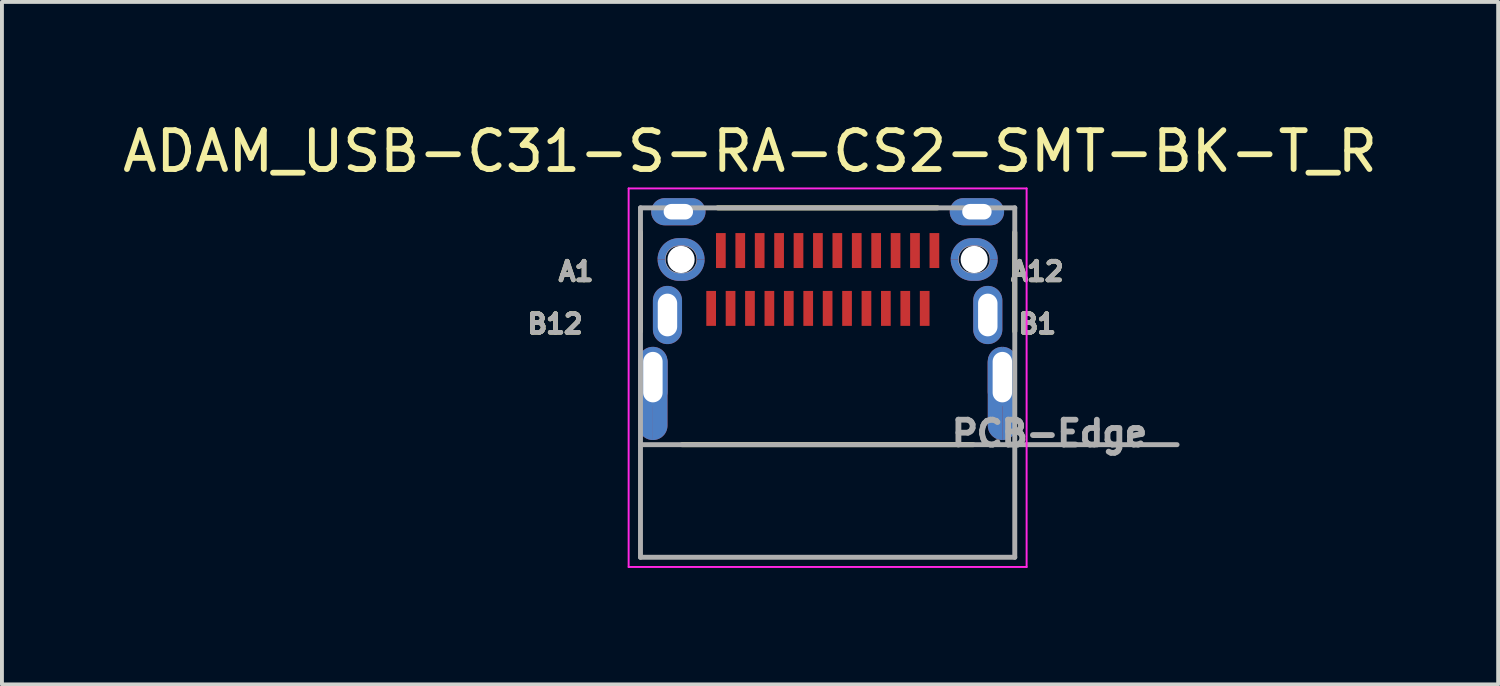
<source format=kicad_pcb>
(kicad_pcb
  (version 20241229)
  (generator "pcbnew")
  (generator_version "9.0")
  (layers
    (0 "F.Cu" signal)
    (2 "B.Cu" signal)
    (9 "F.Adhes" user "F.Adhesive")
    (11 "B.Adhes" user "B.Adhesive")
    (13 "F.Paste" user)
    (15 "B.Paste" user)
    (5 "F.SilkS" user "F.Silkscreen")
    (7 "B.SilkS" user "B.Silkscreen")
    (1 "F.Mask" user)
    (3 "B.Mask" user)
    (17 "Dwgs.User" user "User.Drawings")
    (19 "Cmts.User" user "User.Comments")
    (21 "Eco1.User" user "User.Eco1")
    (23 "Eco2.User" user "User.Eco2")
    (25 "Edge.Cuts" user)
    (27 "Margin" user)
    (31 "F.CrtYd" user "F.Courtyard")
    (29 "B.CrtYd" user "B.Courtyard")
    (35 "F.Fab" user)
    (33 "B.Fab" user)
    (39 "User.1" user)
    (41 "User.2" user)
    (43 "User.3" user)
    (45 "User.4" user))
  (footprint "ADAM_USB-C31-S-RA-CS2-SMT-BK-T_R"
    (layer "F.Cu")
    (at 18.266 3.633)
    (property "Reference" "ADAM_USB-C31-S-RA-CS2-SMT-BK-T_R" (at -1.998 -2.785 0) (layer "F.SilkS") (effects (font (size 1 1) (thickness 0.15))))
    (attr through_hole)
    (fp_poly (pts (xy -4.5 4.65) (xy -4.52 4.649) (xy -4.539 4.648) (xy -4.559 4.645) (xy -4.578 4.642) (xy -4.597 4.637) (xy -4.616 4.632) (xy -4.634 4.625) (xy -4.653 4.618) (xy -4.67 4.609) (xy -4.688 4.6) (xy -4.704 4.59) (xy -4.72 4.578) (xy -4.736 4.566) (xy -4.751 4.554) (xy -4.765 4.54) (xy -4.779 4.526) (xy -4.791 4.511) (xy -4.803 4.495) (xy -4.815 4.479) (xy -4.825 4.463) (xy -4.834 4.445) (xy -4.843 4.428) (xy -4.85 4.409) (xy -4.857 4.391) (xy -4.862 4.372) (xy -4.867 4.353) (xy -4.87 4.334) (xy -4.873 4.314) (xy -4.874 4.295) (xy -4.875 4.275) (xy -4.875 2.625) (xy -4.874 2.605) (xy -4.873 2.586) (xy -4.87 2.566) (xy -4.867 2.547) (xy -4.862 2.528) (xy -4.857 2.509) (xy -4.85 2.491) (xy -4.843 2.472) (xy -4.834 2.455) (xy -4.825 2.438) (xy -4.815 2.421) (xy -4.803 2.405) (xy -4.791 2.389) (xy -4.779 2.374) (xy -4.765 2.36) (xy -4.751 2.346) (xy -4.736 2.334) (xy -4.72 2.322) (xy -4.704 2.31) (xy -4.688 2.3) (xy -4.67 2.291) (xy -4.653 2.282) (xy -4.634 2.275) (xy -4.616 2.268) (xy -4.597 2.263) (xy -4.578 2.258) (xy -4.559 2.255) (xy -4.539 2.252) (xy -4.52 2.251) (xy -4.5 2.25) (xy -4.5 2.381) (xy -4.513 2.381) (xy -4.526 2.382) (xy -4.539 2.384) (xy -4.552 2.386) (xy -4.565 2.39) (xy -4.577 2.393) (xy -4.59 2.398) (xy -4.602 2.403) (xy -4.613 2.408) (xy -4.625 2.414) (xy -4.636 2.421) (xy -4.647 2.429) (xy -4.657 2.437) (xy -4.667 2.445) (xy -4.677 2.454) (xy -4.686 2.464) (xy -4.694 2.474) (xy -4.702 2.484) (xy -4.71 2.495) (xy -4.717 2.506) (xy -4.723 2.518) (xy -4.728 2.529) (xy -4.733 2.541) (xy -4.738 2.554) (xy -4.741 2.566) (xy -4.745 2.579) (xy -4.747 2.592) (xy -4.749 2.605) (xy -4.75 2.618) (xy -4.75 2.631) (xy -4.75 3.43) (xy -4.75 3.443) (xy -4.749 3.456) (xy -4.747 3.469) (xy -4.745 3.482) (xy -4.741 3.495) (xy -4.738 3.507) (xy -4.733 3.52) (xy -4.728 3.532) (xy -4.723 3.543) (xy -4.717 3.555) (xy -4.71 3.566) (xy -4.702 3.577) (xy -4.694 3.587) (xy -4.686 3.597) (xy -4.677 3.607) (xy -4.667 3.616) (xy -4.657 3.624) (xy -4.647 3.632) (xy -4.636 3.64) (xy -4.625 3.647) (xy -4.613 3.653) (xy -4.602 3.658) (xy -4.59 3.663) (xy -4.577 3.668) (xy -4.565 3.671) (xy -4.552 3.675) (xy -4.539 3.677) (xy -4.526 3.679) (xy -4.513 3.68) (xy -4.5 3.68) (xy -4.5 4.65)) (stroke (width 0) (type solid)) (fill yes) (layer "F.Cu"))
    (fp_poly (pts (xy 4.5 4.65) (xy 4.48 4.649) (xy 4.461 4.648) (xy 4.441 4.645) (xy 4.422 4.642) (xy 4.403 4.637) (xy 4.384 4.632) (xy 4.366 4.625) (xy 4.347 4.618) (xy 4.33 4.609) (xy 4.313 4.6) (xy 4.296 4.59) (xy 4.28 4.578) (xy 4.264 4.566) (xy 4.249 4.554) (xy 4.235 4.54) (xy 4.221 4.526) (xy 4.209 4.511) (xy 4.197 4.495) (xy 4.185 4.479) (xy 4.175 4.463) (xy 4.166 4.445) (xy 4.157 4.428) (xy 4.15 4.409) (xy 4.143 4.391) (xy 4.138 4.372) (xy 4.133 4.353) (xy 4.13 4.334) (xy 4.127 4.314) (xy 4.126 4.295) (xy 4.125 4.275) (xy 4.125 2.625) (xy 4.126 2.605) (xy 4.127 2.586) (xy 4.13 2.566) (xy 4.133 2.547) (xy 4.138 2.528) (xy 4.143 2.509) (xy 4.15 2.491) (xy 4.157 2.472) (xy 4.166 2.455) (xy 4.175 2.438) (xy 4.185 2.421) (xy 4.197 2.405) (xy 4.209 2.389) (xy 4.221 2.374) (xy 4.235 2.36) (xy 4.249 2.346) (xy 4.264 2.334) (xy 4.28 2.322) (xy 4.296 2.31) (xy 4.313 2.3) (xy 4.33 2.291) (xy 4.347 2.282) (xy 4.366 2.275) (xy 4.384 2.268) (xy 4.403 2.263) (xy 4.422 2.258) (xy 4.441 2.255) (xy 4.461 2.252) (xy 4.48 2.251) (xy 4.5 2.25) (xy 4.5 2.381) (xy 4.487 2.381) (xy 4.474 2.382) (xy 4.461 2.384) (xy 4.448 2.386) (xy 4.435 2.39) (xy 4.423 2.393) (xy 4.41 2.398) (xy 4.398 2.403) (xy 4.387 2.408) (xy 4.375 2.414) (xy 4.364 2.421) (xy 4.353 2.429) (xy 4.343 2.437) (xy 4.333 2.445) (xy 4.323 2.454) (xy 4.314 2.464) (xy 4.306 2.474) (xy 4.298 2.484) (xy 4.29 2.495) (xy 4.283 2.506) (xy 4.277 2.518) (xy 4.272 2.529) (xy 4.267 2.541) (xy 4.262 2.554) (xy 4.259 2.566) (xy 4.255 2.579) (xy 4.253 2.592) (xy 4.251 2.605) (xy 4.25 2.618) (xy 4.25 2.631) (xy 4.25 3.43) (xy 4.25 3.443) (xy 4.251 3.456) (xy 4.253 3.469) (xy 4.255 3.482) (xy 4.259 3.495) (xy 4.262 3.507) (xy 4.267 3.52) (xy 4.272 3.532) (xy 4.277 3.543) (xy 4.283 3.555) (xy 4.29 3.566) (xy 4.298 3.577) (xy 4.306 3.587) (xy 4.314 3.597) (xy 4.323 3.607) (xy 4.333 3.616) (xy 4.343 3.624) (xy 4.353 3.632) (xy 4.364 3.64) (xy 4.375 3.647) (xy 4.387 3.653) (xy 4.398 3.658) (xy 4.41 3.663) (xy 4.423 3.668) (xy 4.435 3.671) (xy 4.448 3.675) (xy 4.461 3.677) (xy 4.474 3.679) (xy 4.487 3.68) (xy 4.5 3.68) (xy 4.5 4.65)) (stroke (width 0) (type solid)) (fill yes) (layer "F.Cu"))
    (fp_poly (pts (xy -4.499 4.65) (xy -4.479 4.649) (xy -4.459 4.648) (xy -4.44 4.645) (xy -4.421 4.642) (xy -4.402 4.637) (xy -4.383 4.632) (xy -4.365 4.625) (xy -4.347 4.618) (xy -4.329 4.609) (xy -4.312 4.6) (xy -4.295 4.59) (xy -4.279 4.579) (xy -4.263 4.567) (xy -4.249 4.554) (xy -4.234 4.541) (xy -4.221 4.526) (xy -4.208 4.512) (xy -4.196 4.496) (xy -4.185 4.48) (xy -4.175 4.463) (xy -4.166 4.446) (xy -4.157 4.428) (xy -4.15 4.41) (xy -4.143 4.392) (xy -4.138 4.373) (xy -4.133 4.354) (xy -4.13 4.335) (xy -4.127 4.316) (xy -4.126 4.296) (xy -4.125 4.277) (xy -4.125 2.625) (xy -4.126 2.605) (xy -4.127 2.585) (xy -4.13 2.566) (xy -4.133 2.547) (xy -4.138 2.528) (xy -4.143 2.509) (xy -4.15 2.49) (xy -4.157 2.472) (xy -4.166 2.454) (xy -4.175 2.437) (xy -4.185 2.421) (xy -4.197 2.404) (xy -4.208 2.389) (xy -4.221 2.374) (xy -4.235 2.36) (xy -4.249 2.346) (xy -4.264 2.333) (xy -4.279 2.322) (xy -4.296 2.31) (xy -4.312 2.3) (xy -4.329 2.291) (xy -4.347 2.282) (xy -4.365 2.275) (xy -4.384 2.268) (xy -4.403 2.263) (xy -4.422 2.258) (xy -4.441 2.255) (xy -4.46 2.252) (xy -4.48 2.251) (xy -4.499 2.25) (xy -4.499 2.38) (xy -4.486 2.38) (xy -4.473 2.381) (xy -4.46 2.383) (xy -4.447 2.385) (xy -4.435 2.388) (xy -4.422 2.392) (xy -4.41 2.397) (xy -4.398 2.402) (xy -4.386 2.407) (xy -4.374 2.413) (xy -4.363 2.42) (xy -4.353 2.428) (xy -4.342 2.435) (xy -4.332 2.444) (xy -4.323 2.453) (xy -4.314 2.462) (xy -4.305 2.472) (xy -4.298 2.483) (xy -4.29 2.493) (xy -4.283 2.505) (xy -4.277 2.516) (xy -4.272 2.528) (xy -4.267 2.54) (xy -4.262 2.552) (xy -4.258 2.565) (xy -4.255 2.577) (xy -4.253 2.59) (xy -4.251 2.603) (xy -4.25 2.616) (xy -4.25 2.629) (xy -4.25 3.431) (xy -4.25 3.444) (xy -4.251 3.457) (xy -4.253 3.47) (xy -4.255 3.483) (xy -4.259 3.496) (xy -4.262 3.508) (xy -4.267 3.521) (xy -4.272 3.533) (xy -4.277 3.544) (xy -4.283 3.556) (xy -4.29 3.567) (xy -4.298 3.578) (xy -4.306 3.588) (xy -4.314 3.598) (xy -4.323 3.608) (xy -4.333 3.617) (xy -4.343 3.625) (xy -4.353 3.633) (xy -4.364 3.641) (xy -4.375 3.648) (xy -4.387 3.654) (xy -4.398 3.659) (xy -4.41 3.664) (xy -4.423 3.669) (xy -4.435 3.672) (xy -4.448 3.676) (xy -4.461 3.678) (xy -4.474 3.68) (xy -4.487 3.681) (xy -4.5 3.681) (xy -4.5 4.65) (xy -4.499 4.65)) (stroke (width 0) (type solid)) (fill yes) (layer "F.Cu"))
    (fp_poly (pts (xy 4.501 4.65) (xy 4.521 4.649) (xy 4.541 4.648) (xy 4.56 4.645) (xy 4.579 4.642) (xy 4.598 4.637) (xy 4.617 4.632) (xy 4.635 4.625) (xy 4.653 4.618) (xy 4.671 4.609) (xy 4.688 4.6) (xy 4.705 4.59) (xy 4.721 4.579) (xy 4.737 4.567) (xy 4.751 4.554) (xy 4.766 4.541) (xy 4.779 4.526) (xy 4.792 4.512) (xy 4.804 4.496) (xy 4.815 4.48) (xy 4.825 4.463) (xy 4.834 4.446) (xy 4.843 4.428) (xy 4.85 4.41) (xy 4.857 4.392) (xy 4.862 4.373) (xy 4.867 4.354) (xy 4.87 4.335) (xy 4.873 4.316) (xy 4.874 4.296) (xy 4.875 4.277) (xy 4.875 2.625) (xy 4.874 2.605) (xy 4.873 2.585) (xy 4.87 2.566) (xy 4.867 2.547) (xy 4.862 2.528) (xy 4.857 2.509) (xy 4.85 2.49) (xy 4.843 2.472) (xy 4.834 2.454) (xy 4.825 2.437) (xy 4.815 2.421) (xy 4.803 2.404) (xy 4.792 2.389) (xy 4.779 2.374) (xy 4.765 2.36) (xy 4.751 2.346) (xy 4.736 2.333) (xy 4.721 2.322) (xy 4.704 2.31) (xy 4.688 2.3) (xy 4.671 2.291) (xy 4.653 2.282) (xy 4.635 2.275) (xy 4.616 2.268) (xy 4.597 2.263) (xy 4.578 2.258) (xy 4.559 2.255) (xy 4.54 2.252) (xy 4.52 2.251) (xy 4.501 2.25) (xy 4.501 2.38) (xy 4.514 2.38) (xy 4.527 2.381) (xy 4.54 2.383) (xy 4.553 2.385) (xy 4.565 2.388) (xy 4.578 2.392) (xy 4.59 2.397) (xy 4.602 2.402) (xy 4.614 2.407) (xy 4.626 2.413) (xy 4.637 2.42) (xy 4.647 2.428) (xy 4.658 2.435) (xy 4.668 2.444) (xy 4.677 2.453) (xy 4.686 2.462) (xy 4.695 2.472) (xy 4.702 2.483) (xy 4.71 2.493) (xy 4.717 2.505) (xy 4.723 2.516) (xy 4.728 2.528) (xy 4.733 2.54) (xy 4.738 2.552) (xy 4.742 2.565) (xy 4.745 2.577) (xy 4.747 2.59) (xy 4.749 2.603) (xy 4.75 2.616) (xy 4.75 2.629) (xy 4.75 3.431) (xy 4.75 3.444) (xy 4.749 3.457) (xy 4.747 3.47) (xy 4.745 3.483) (xy 4.741 3.496) (xy 4.738 3.508) (xy 4.733 3.521) (xy 4.728 3.533) (xy 4.723 3.544) (xy 4.717 3.556) (xy 4.71 3.567) (xy 4.702 3.578) (xy 4.694 3.588) (xy 4.686 3.598) (xy 4.677 3.608) (xy 4.667 3.617) (xy 4.657 3.625) (xy 4.647 3.633) (xy 4.636 3.641) (xy 4.625 3.648) (xy 4.613 3.654) (xy 4.602 3.659) (xy 4.59 3.664) (xy 4.577 3.669) (xy 4.565 3.672) (xy 4.552 3.676) (xy 4.539 3.678) (xy 4.526 3.68) (xy 4.513 3.681) (xy 4.5 3.681) (xy 4.5 4.65) (xy 4.501 4.65)) (stroke (width 0) (type solid)) (fill yes) (layer "F.Cu"))
    (fp_poly (pts (xy -3.17 -0.004) (xy -3.171 0.027) (xy -3.173 0.056) (xy -3.177 0.085) (xy -3.182 0.113) (xy -3.189 0.141) (xy -3.197 0.169) (xy -3.207 0.196) (xy -3.218 0.223) (xy -3.23 0.249) (xy -3.244 0.274) (xy -3.259 0.299) (xy -3.275 0.323) (xy -3.293 0.346) (xy -3.312 0.368) (xy -3.332 0.388) (xy -3.352 0.408) (xy -3.374 0.427) (xy -3.397 0.445) (xy -3.421 0.461) (xy -3.446 0.476) (xy -3.471 0.49) (xy -3.497 0.502) (xy -3.524 0.513) (xy -3.551 0.523) (xy -3.579 0.531) (xy -3.607 0.538) (xy -3.635 0.543) (xy -3.664 0.547) (xy -3.693 0.549) (xy -3.719 0.55) (xy -3.829 0.55) (xy -3.856 0.549) (xy -3.885 0.547) (xy -3.914 0.543) (xy -3.942 0.538) (xy -3.97 0.531) (xy -3.998 0.523) (xy -4.025 0.513) (xy -4.052 0.502) (xy -4.078 0.49) (xy -4.104 0.476) (xy -4.128 0.461) (xy -4.152 0.444) (xy -4.175 0.427) (xy -4.197 0.408) (xy -4.218 0.388) (xy -4.238 0.367) (xy -4.257 0.345) (xy -4.274 0.322) (xy -4.291 0.298) (xy -4.306 0.274) (xy -4.32 0.248) (xy -4.332 0.222) (xy -4.343 0.195) (xy -4.353 0.168) (xy -4.361 0.14) (xy -4.368 0.112) (xy -4.373 0.084) (xy -4.377 0.055) (xy -4.379 0.026) (xy -4.38 -0.004) (xy -4.18 -0.004) (xy -4.179 -0.004) (xy -4.179 -0.005) (xy -4.179 0.015) (xy -4.177 0.034) (xy -4.175 0.052) (xy -4.171 0.07) (xy -4.167 0.088) (xy -4.162 0.106) (xy -4.156 0.124) (xy -4.148 0.141) (xy -4.141 0.157) (xy -4.132 0.174) (xy -4.122 0.189) (xy -4.112 0.204) (xy -4.1 0.219) (xy -4.088 0.233) (xy -4.076 0.247) (xy -4.062 0.259) (xy -4.048 0.271) (xy -4.033 0.283) (xy -4.018 0.293) (xy -4.003 0.303) (xy -3.986 0.312) (xy -3.97 0.319) (xy -3.953 0.327) (xy -3.935 0.333) (xy -3.917 0.338) (xy -3.899 0.342) (xy -3.881 0.346) (xy -3.863 0.348) (xy -3.844 0.35) (xy -3.828 0.35) (xy -3.72 0.35) (xy -3.704 0.35) (xy -3.685 0.348) (xy -3.667 0.346) (xy -3.649 0.342) (xy -3.631 0.338) (xy -3.613 0.333) (xy -3.596 0.327) (xy -3.579 0.32) (xy -3.562 0.312) (xy -3.546 0.303) (xy -3.53 0.293) (xy -3.515 0.283) (xy -3.5 0.272) (xy -3.486 0.26) (xy -3.473 0.247) (xy -3.46 0.234) (xy -3.448 0.22) (xy -3.437 0.205) (xy -3.427 0.19) (xy -3.417 0.174) (xy -3.408 0.158) (xy -3.4 0.141) (xy -3.393 0.124) (xy -3.387 0.107) (xy -3.382 0.089) (xy -3.378 0.071) (xy -3.374 0.053) (xy -3.372 0.035) (xy -3.37 0.016) (xy -3.37 -0.004) (xy -3.17 -0.004)) (stroke (width 0.0001) (type solid)) (fill yes) (layer "F.Cu"))
    (fp_poly (pts (xy 4.38 -0.004) (xy 4.379 0.027) (xy 4.377 0.056) (xy 4.373 0.085) (xy 4.368 0.113) (xy 4.361 0.141) (xy 4.353 0.169) (xy 4.343 0.196) (xy 4.332 0.223) (xy 4.32 0.249) (xy 4.306 0.274) (xy 4.291 0.299) (xy 4.275 0.323) (xy 4.257 0.346) (xy 4.238 0.368) (xy 4.218 0.388) (xy 4.198 0.408) (xy 4.176 0.427) (xy 4.153 0.445) (xy 4.129 0.461) (xy 4.104 0.476) (xy 4.079 0.49) (xy 4.053 0.502) (xy 4.026 0.513) (xy 3.999 0.523) (xy 3.971 0.531) (xy 3.943 0.538) (xy 3.915 0.543) (xy 3.886 0.547) (xy 3.857 0.549) (xy 3.831 0.55) (xy 3.721 0.55) (xy 3.694 0.549) (xy 3.665 0.547) (xy 3.636 0.543) (xy 3.608 0.538) (xy 3.58 0.531) (xy 3.552 0.523) (xy 3.525 0.513) (xy 3.498 0.502) (xy 3.472 0.49) (xy 3.446 0.476) (xy 3.422 0.461) (xy 3.398 0.444) (xy 3.375 0.427) (xy 3.353 0.408) (xy 3.332 0.388) (xy 3.312 0.367) (xy 3.293 0.345) (xy 3.276 0.322) (xy 3.259 0.298) (xy 3.244 0.274) (xy 3.23 0.248) (xy 3.218 0.222) (xy 3.207 0.195) (xy 3.197 0.168) (xy 3.189 0.14) (xy 3.182 0.112) (xy 3.177 0.084) (xy 3.173 0.055) (xy 3.171 0.026) (xy 3.17 -0.004) (xy 3.37 -0.004) (xy 3.371 -0.004) (xy 3.371 -0.005) (xy 3.371 0.015) (xy 3.373 0.034) (xy 3.375 0.052) (xy 3.379 0.07) (xy 3.383 0.088) (xy 3.388 0.106) (xy 3.394 0.124) (xy 3.402 0.141) (xy 3.409 0.157) (xy 3.418 0.174) (xy 3.428 0.189) (xy 3.438 0.204) (xy 3.45 0.219) (xy 3.462 0.233) (xy 3.474 0.247) (xy 3.488 0.259) (xy 3.502 0.271) (xy 3.517 0.283) (xy 3.532 0.293) (xy 3.547 0.303) (xy 3.564 0.312) (xy 3.58 0.319) (xy 3.597 0.327) (xy 3.615 0.333) (xy 3.633 0.338) (xy 3.651 0.342) (xy 3.669 0.346) (xy 3.687 0.348) (xy 3.706 0.35) (xy 3.722 0.35) (xy 3.83 0.35) (xy 3.846 0.35) (xy 3.865 0.348) (xy 3.883 0.346) (xy 3.901 0.342) (xy 3.919 0.338) (xy 3.937 0.333) (xy 3.954 0.327) (xy 3.971 0.32) (xy 3.988 0.312) (xy 4.004 0.303) (xy 4.02 0.293) (xy 4.035 0.283) (xy 4.05 0.272) (xy 4.064 0.26) (xy 4.077 0.247) (xy 4.09 0.234) (xy 4.102 0.22) (xy 4.113 0.205) (xy 4.123 0.19) (xy 4.133 0.174) (xy 4.142 0.158) (xy 4.15 0.141) (xy 4.157 0.124) (xy 4.163 0.107) (xy 4.168 0.089) (xy 4.172 0.071) (xy 4.176 0.053) (xy 4.178 0.035) (xy 4.18 0.016) (xy 4.18 -0.004) (xy 4.38 -0.004)) (stroke (width 0.0001) (type solid)) (fill yes) (layer "F.Cu"))
    (fp_poly (pts (xy -4.5 4.75) (xy -4.525 4.749) (xy -4.55 4.747) (xy -4.574 4.744) (xy -4.599 4.74) (xy -4.623 4.734) (xy -4.647 4.727) (xy -4.67 4.718) (xy -4.693 4.709) (xy -4.716 4.698) (xy -4.737 4.686) (xy -4.759 4.673) (xy -4.779 4.659) (xy -4.799 4.644) (xy -4.818 4.628) (xy -4.836 4.611) (xy -4.853 4.593) (xy -4.869 4.574) (xy -4.884 4.554) (xy -4.898 4.534) (xy -4.911 4.513) (xy -4.923 4.491) (xy -4.934 4.468) (xy -4.943 4.445) (xy -4.952 4.422) (xy -4.959 4.398) (xy -4.965 4.374) (xy -4.969 4.349) (xy -4.972 4.325) (xy -4.974 4.3) (xy -4.975 4.275) (xy -4.975 2.608) (xy -4.974 2.583) (xy -4.972 2.558) (xy -4.969 2.534) (xy -4.965 2.509) (xy -4.959 2.485) (xy -4.952 2.461) (xy -4.943 2.437) (xy -4.934 2.414) (xy -4.923 2.392) (xy -4.911 2.37) (xy -4.898 2.349) (xy -4.884 2.328) (xy -4.869 2.308) (xy -4.853 2.289) (xy -4.836 2.271) (xy -4.818 2.254) (xy -4.799 2.238) (xy -4.779 2.223) (xy -4.758 2.209) (xy -4.737 2.196) (xy -4.715 2.184) (xy -4.693 2.173) (xy -4.67 2.164) (xy -4.646 2.155) (xy -4.622 2.148) (xy -4.598 2.142) (xy -4.573 2.138) (xy -4.549 2.135) (xy -4.524 2.133) (xy -4.499 2.132) (xy -4.475 2.133) (xy -4.45 2.135) (xy -4.425 2.138) (xy -4.401 2.142) (xy -4.377 2.148) (xy -4.353 2.155) (xy -4.329 2.164) (xy -4.307 2.173) (xy -4.284 2.184) (xy -4.262 2.196) (xy -4.241 2.209) (xy -4.221 2.223) (xy -4.201 2.238) (xy -4.182 2.254) (xy -4.164 2.271) (xy -4.147 2.289) (xy -4.131 2.308) (xy -4.116 2.328) (xy -4.102 2.348) (xy -4.089 2.369) (xy -4.077 2.391) (xy -4.066 2.414) (xy -4.057 2.436) (xy -4.048 2.46) (xy -4.041 2.484) (xy -4.035 2.508) (xy -4.031 2.532) (xy -4.028 2.557) (xy -4.026 2.582) (xy -4.025 2.607) (xy -4.025 4.274) (xy -4.026 4.299) (xy -4.028 4.324) (xy -4.031 4.349) (xy -4.035 4.373) (xy -4.041 4.398) (xy -4.048 4.421) (xy -4.057 4.445) (xy -4.066 4.468) (xy -4.077 4.49) (xy -4.089 4.512) (xy -4.102 4.533) (xy -4.116 4.554) (xy -4.131 4.574) (xy -4.147 4.593) (xy -4.164 4.611) (xy -4.182 4.628) (xy -4.201 4.644) (xy -4.221 4.659) (xy -4.242 4.673) (xy -4.263 4.686) (xy -4.285 4.698) (xy -4.307 4.709) (xy -4.33 4.718) (xy -4.354 4.727) (xy -4.377 4.734) (xy -4.402 4.74) (xy -4.426 4.744) (xy -4.451 4.747) (xy -4.476 4.749) (xy -4.5 4.75)) (stroke (width 0) (type solid)) (fill yes) (layer "F.Mask"))
    (fp_poly (pts (xy 4.5 4.75) (xy 4.475 4.749) (xy 4.45 4.747) (xy 4.426 4.744) (xy 4.401 4.74) (xy 4.377 4.734) (xy 4.353 4.727) (xy 4.33 4.718) (xy 4.307 4.709) (xy 4.284 4.698) (xy 4.263 4.686) (xy 4.241 4.673) (xy 4.221 4.659) (xy 4.201 4.644) (xy 4.182 4.628) (xy 4.164 4.611) (xy 4.147 4.593) (xy 4.131 4.574) (xy 4.116 4.554) (xy 4.102 4.534) (xy 4.089 4.513) (xy 4.077 4.491) (xy 4.066 4.468) (xy 4.057 4.445) (xy 4.048 4.422) (xy 4.041 4.398) (xy 4.035 4.374) (xy 4.031 4.349) (xy 4.028 4.325) (xy 4.026 4.3) (xy 4.025 4.275) (xy 4.025 2.608) (xy 4.026 2.583) (xy 4.028 2.558) (xy 4.031 2.534) (xy 4.035 2.509) (xy 4.041 2.485) (xy 4.048 2.461) (xy 4.057 2.437) (xy 4.066 2.414) (xy 4.077 2.392) (xy 4.089 2.37) (xy 4.102 2.349) (xy 4.116 2.328) (xy 4.131 2.308) (xy 4.147 2.289) (xy 4.164 2.271) (xy 4.182 2.254) (xy 4.201 2.238) (xy 4.221 2.223) (xy 4.242 2.209) (xy 4.263 2.196) (xy 4.285 2.184) (xy 4.307 2.173) (xy 4.33 2.164) (xy 4.354 2.155) (xy 4.378 2.148) (xy 4.402 2.142) (xy 4.427 2.138) (xy 4.451 2.135) (xy 4.476 2.133) (xy 4.501 2.132) (xy 4.526 2.133) (xy 4.551 2.135) (xy 4.575 2.138) (xy 4.6 2.142) (xy 4.624 2.148) (xy 4.648 2.155) (xy 4.671 2.164) (xy 4.694 2.173) (xy 4.717 2.184) (xy 4.739 2.196) (xy 4.76 2.209) (xy 4.78 2.223) (xy 4.8 2.238) (xy 4.819 2.254) (xy 4.837 2.271) (xy 4.854 2.289) (xy 4.87 2.308) (xy 4.885 2.328) (xy 4.899 2.348) (xy 4.912 2.37) (xy 4.924 2.391) (xy 4.935 2.414) (xy 4.944 2.437) (xy 4.953 2.46) (xy 4.96 2.484) (xy 4.966 2.508) (xy 4.97 2.533) (xy 4.973 2.557) (xy 4.975 2.582) (xy 4.976 2.607) (xy 4.976 4.274) (xy 4.975 4.299) (xy 4.973 4.324) (xy 4.97 4.348) (xy 4.966 4.373) (xy 4.96 4.397) (xy 4.953 4.421) (xy 4.944 4.445) (xy 4.935 4.468) (xy 4.924 4.49) (xy 4.912 4.512) (xy 4.899 4.533) (xy 4.885 4.554) (xy 4.87 4.574) (xy 4.854 4.593) (xy 4.837 4.611) (xy 4.819 4.628) (xy 4.8 4.644) (xy 4.78 4.659) (xy 4.759 4.673) (xy 4.738 4.686) (xy 4.716 4.698) (xy 4.694 4.709) (xy 4.671 4.718) (xy 4.647 4.727) (xy 4.623 4.734) (xy 4.599 4.74) (xy 4.574 4.744) (xy 4.55 4.747) (xy 4.525 4.749) (xy 4.5 4.75)) (stroke (width 0) (type solid)) (fill yes) (layer "F.Mask"))
    (fp_poly (pts (xy -4.48 0.003) (xy -4.479 -0.031) (xy -4.476 -0.065) (xy -4.472 -0.099) (xy -4.466 -0.132) (xy -4.458 -0.166) (xy -4.448 -0.198) (xy -4.437 -0.231) (xy -4.424 -0.262) (xy -4.409 -0.293) (xy -4.392 -0.323) (xy -4.375 -0.352) (xy -4.355 -0.381) (xy -4.334 -0.408) (xy -4.312 -0.434) (xy -4.289 -0.459) (xy -4.264 -0.482) (xy -4.238 -0.504) (xy -4.211 -0.525) (xy -4.182 -0.545) (xy -4.153 -0.562) (xy -4.123 -0.579) (xy -4.092 -0.594) (xy -4.061 -0.607) (xy -4.028 -0.618) (xy -3.996 -0.628) (xy -3.962 -0.636) (xy -3.929 -0.642) (xy -3.895 -0.646) (xy -3.861 -0.649) (xy -3.826 -0.65) (xy -3.715 -0.65) (xy -3.685 -0.649) (xy -3.651 -0.646) (xy -3.617 -0.642) (xy -3.584 -0.636) (xy -3.551 -0.628) (xy -3.518 -0.618) (xy -3.486 -0.607) (xy -3.455 -0.594) (xy -3.424 -0.579) (xy -3.394 -0.563) (xy -3.366 -0.545) (xy -3.338 -0.526) (xy -3.311 -0.505) (xy -3.285 -0.483) (xy -3.26 -0.46) (xy -3.237 -0.435) (xy -3.215 -0.409) (xy -3.194 -0.382) (xy -3.175 -0.354) (xy -3.157 -0.326) (xy -3.141 -0.296) (xy -3.126 -0.265) (xy -3.113 -0.234) (xy -3.102 -0.202) (xy -3.092 -0.169) (xy -3.084 -0.136) (xy -3.078 -0.103) (xy -3.074 -0.069) (xy -3.071 -0.035) (xy -3.07 0.003) (xy -3.071 0.037) (xy -3.074 0.071) (xy -3.078 0.105) (xy -3.084 0.138) (xy -3.092 0.171) (xy -3.102 0.203) (xy -3.113 0.235) (xy -3.126 0.266) (xy -3.14 0.297) (xy -3.157 0.327) (xy -3.174 0.356) (xy -3.193 0.384) (xy -3.214 0.41) (xy -3.236 0.436) (xy -3.259 0.461) (xy -3.284 0.484) (xy -3.31 0.506) (xy -3.336 0.527) (xy -3.364 0.546) (xy -3.393 0.563) (xy -3.423 0.58) (xy -3.454 0.594) (xy -3.485 0.607) (xy -3.517 0.618) (xy -3.549 0.628) (xy -3.582 0.636) (xy -3.615 0.642) (xy -3.649 0.646) (xy -3.683 0.649) (xy -3.716 0.65) (xy -3.826 0.65) (xy -3.864 0.649) (xy -3.898 0.646) (xy -3.932 0.642) (xy -3.965 0.636) (xy -3.998 0.628) (xy -4.031 0.618) (xy -4.063 0.607) (xy -4.094 0.594) (xy -4.125 0.579) (xy -4.155 0.563) (xy -4.184 0.545) (xy -4.212 0.526) (xy -4.239 0.505) (xy -4.265 0.483) (xy -4.29 0.46) (xy -4.313 0.435) (xy -4.335 0.409) (xy -4.356 0.382) (xy -4.375 0.354) (xy -4.393 0.325) (xy -4.409 0.295) (xy -4.424 0.264) (xy -4.437 0.233) (xy -4.448 0.201) (xy -4.458 0.168) (xy -4.466 0.135) (xy -4.472 0.102) (xy -4.476 0.068) (xy -4.479 0.034) (xy -4.48 0.004) (xy -4.48 0.003)) (stroke (width 0) (type solid)) (fill yes) (layer "F.Mask"))
    (fp_poly (pts (xy 3.07 0.003) (xy 3.071 -0.031) (xy 3.074 -0.065) (xy 3.078 -0.099) (xy 3.084 -0.132) (xy 3.092 -0.166) (xy 3.102 -0.198) (xy 3.113 -0.231) (xy 3.126 -0.262) (xy 3.141 -0.293) (xy 3.158 -0.323) (xy 3.175 -0.352) (xy 3.195 -0.381) (xy 3.216 -0.408) (xy 3.238 -0.434) (xy 3.261 -0.459) (xy 3.286 -0.482) (xy 3.312 -0.504) (xy 3.339 -0.525) (xy 3.368 -0.545) (xy 3.397 -0.562) (xy 3.427 -0.579) (xy 3.458 -0.594) (xy 3.489 -0.607) (xy 3.522 -0.618) (xy 3.554 -0.628) (xy 3.588 -0.636) (xy 3.621 -0.642) (xy 3.655 -0.646) (xy 3.689 -0.649) (xy 3.724 -0.65) (xy 3.835 -0.65) (xy 3.865 -0.649) (xy 3.899 -0.646) (xy 3.933 -0.642) (xy 3.966 -0.636) (xy 3.999 -0.628) (xy 4.032 -0.618) (xy 4.064 -0.607) (xy 4.095 -0.594) (xy 4.126 -0.579) (xy 4.156 -0.563) (xy 4.184 -0.545) (xy 4.212 -0.526) (xy 4.239 -0.505) (xy 4.265 -0.483) (xy 4.29 -0.46) (xy 4.313 -0.435) (xy 4.335 -0.409) (xy 4.356 -0.382) (xy 4.375 -0.354) (xy 4.393 -0.326) (xy 4.409 -0.296) (xy 4.424 -0.265) (xy 4.437 -0.234) (xy 4.448 -0.202) (xy 4.458 -0.169) (xy 4.466 -0.136) (xy 4.472 -0.103) (xy 4.476 -0.069) (xy 4.479 -0.035) (xy 4.48 0.003) (xy 4.479 0.037) (xy 4.476 0.071) (xy 4.472 0.105) (xy 4.466 0.138) (xy 4.458 0.171) (xy 4.448 0.203) (xy 4.437 0.235) (xy 4.424 0.266) (xy 4.41 0.297) (xy 4.393 0.327) (xy 4.376 0.356) (xy 4.357 0.384) (xy 4.336 0.41) (xy 4.314 0.436) (xy 4.291 0.461) (xy 4.266 0.484) (xy 4.24 0.506) (xy 4.214 0.527) (xy 4.186 0.546) (xy 4.157 0.563) (xy 4.127 0.58) (xy 4.096 0.594) (xy 4.065 0.607) (xy 4.033 0.618) (xy 4.001 0.628) (xy 3.968 0.636) (xy 3.935 0.642) (xy 3.901 0.646) (xy 3.867 0.649) (xy 3.834 0.65) (xy 3.724 0.65) (xy 3.686 0.649) (xy 3.652 0.646) (xy 3.618 0.642) (xy 3.585 0.636) (xy 3.552 0.628) (xy 3.519 0.618) (xy 3.487 0.607) (xy 3.456 0.594) (xy 3.425 0.579) (xy 3.395 0.563) (xy 3.366 0.545) (xy 3.338 0.526) (xy 3.311 0.505) (xy 3.285 0.483) (xy 3.26 0.46) (xy 3.237 0.435) (xy 3.215 0.409) (xy 3.194 0.382) (xy 3.175 0.354) (xy 3.157 0.325) (xy 3.141 0.295) (xy 3.126 0.264) (xy 3.113 0.233) (xy 3.102 0.201) (xy 3.092 0.168) (xy 3.084 0.135) (xy 3.078 0.102) (xy 3.074 0.068) (xy 3.071 0.034) (xy 3.07 0.004) (xy 3.07 0.003)) (stroke (width 0) (type solid)) (fill yes) (layer "F.Mask"))
    (fp_poly (pts (xy -4.5 4.65) (xy -4.52 4.649) (xy -4.539 4.648) (xy -4.559 4.645) (xy -4.578 4.642) (xy -4.597 4.637) (xy -4.616 4.632) (xy -4.634 4.625) (xy -4.653 4.618) (xy -4.67 4.609) (xy -4.688 4.6) (xy -4.704 4.59) (xy -4.72 4.578) (xy -4.736 4.566) (xy -4.751 4.554) (xy -4.765 4.54) (xy -4.779 4.526) (xy -4.791 4.511) (xy -4.803 4.495) (xy -4.815 4.479) (xy -4.825 4.463) (xy -4.834 4.445) (xy -4.843 4.428) (xy -4.85 4.409) (xy -4.857 4.391) (xy -4.862 4.372) (xy -4.867 4.353) (xy -4.87 4.334) (xy -4.873 4.314) (xy -4.874 4.295) (xy -4.875 4.275) (xy -4.875 2.625) (xy -4.874 2.605) (xy -4.873 2.586) (xy -4.87 2.566) (xy -4.867 2.547) (xy -4.862 2.528) (xy -4.857 2.509) (xy -4.85 2.491) (xy -4.843 2.472) (xy -4.834 2.455) (xy -4.825 2.438) (xy -4.815 2.421) (xy -4.803 2.405) (xy -4.791 2.389) (xy -4.779 2.374) (xy -4.765 2.36) (xy -4.751 2.346) (xy -4.736 2.334) (xy -4.72 2.322) (xy -4.704 2.31) (xy -4.688 2.3) (xy -4.67 2.291) (xy -4.653 2.282) (xy -4.634 2.275) (xy -4.616 2.268) (xy -4.597 2.263) (xy -4.578 2.258) (xy -4.559 2.255) (xy -4.539 2.252) (xy -4.52 2.251) (xy -4.5 2.25) (xy -4.5 2.38) (xy -4.513 2.38) (xy -4.526 2.381) (xy -4.539 2.383) (xy -4.552 2.385) (xy -4.564 2.389) (xy -4.577 2.392) (xy -4.589 2.397) (xy -4.601 2.402) (xy -4.613 2.407) (xy -4.625 2.414) (xy -4.636 2.42) (xy -4.647 2.428) (xy -4.657 2.436) (xy -4.667 2.444) (xy -4.677 2.453) (xy -4.686 2.463) (xy -4.694 2.473) (xy -4.702 2.483) (xy -4.71 2.494) (xy -4.716 2.505) (xy -4.723 2.517) (xy -4.728 2.529) (xy -4.733 2.541) (xy -4.738 2.553) (xy -4.741 2.566) (xy -4.745 2.578) (xy -4.747 2.591) (xy -4.749 2.604) (xy -4.75 2.617) (xy -4.75 2.631) (xy -4.75 3.43) (xy -4.75 3.443) (xy -4.749 3.456) (xy -4.747 3.469) (xy -4.745 3.482) (xy -4.741 3.495) (xy -4.738 3.507) (xy -4.733 3.52) (xy -4.728 3.532) (xy -4.723 3.543) (xy -4.717 3.555) (xy -4.71 3.566) (xy -4.702 3.577) (xy -4.694 3.587) (xy -4.686 3.597) (xy -4.677 3.607) (xy -4.667 3.616) (xy -4.657 3.624) (xy -4.647 3.632) (xy -4.636 3.64) (xy -4.625 3.647) (xy -4.613 3.653) (xy -4.602 3.658) (xy -4.59 3.663) (xy -4.577 3.668) (xy -4.565 3.671) (xy -4.552 3.675) (xy -4.539 3.677) (xy -4.526 3.679) (xy -4.513 3.68) (xy -4.5 3.68) (xy -4.5 4.65)) (stroke (width 0) (type solid)) (fill yes) (layer "B.Cu"))
    (fp_poly (pts (xy 4.5 4.65) (xy 4.48 4.649) (xy 4.461 4.648) (xy 4.441 4.645) (xy 4.422 4.642) (xy 4.403 4.637) (xy 4.384 4.632) (xy 4.366 4.625) (xy 4.347 4.618) (xy 4.33 4.609) (xy 4.313 4.6) (xy 4.296 4.59) (xy 4.28 4.578) (xy 4.264 4.566) (xy 4.249 4.554) (xy 4.235 4.54) (xy 4.221 4.526) (xy 4.209 4.511) (xy 4.197 4.495) (xy 4.185 4.479) (xy 4.175 4.463) (xy 4.166 4.445) (xy 4.157 4.428) (xy 4.15 4.409) (xy 4.143 4.391) (xy 4.138 4.372) (xy 4.133 4.353) (xy 4.13 4.334) (xy 4.127 4.314) (xy 4.126 4.295) (xy 4.125 4.275) (xy 4.125 2.625) (xy 4.126 2.605) (xy 4.127 2.586) (xy 4.13 2.566) (xy 4.133 2.547) (xy 4.138 2.528) (xy 4.143 2.509) (xy 4.15 2.491) (xy 4.157 2.472) (xy 4.166 2.455) (xy 4.175 2.438) (xy 4.185 2.421) (xy 4.197 2.405) (xy 4.209 2.389) (xy 4.221 2.374) (xy 4.235 2.36) (xy 4.249 2.346) (xy 4.264 2.334) (xy 4.28 2.322) (xy 4.296 2.31) (xy 4.313 2.3) (xy 4.33 2.291) (xy 4.347 2.282) (xy 4.366 2.275) (xy 4.384 2.268) (xy 4.403 2.263) (xy 4.422 2.258) (xy 4.441 2.255) (xy 4.461 2.252) (xy 4.48 2.251) (xy 4.5 2.25) (xy 4.5 2.381) (xy 4.487 2.381) (xy 4.474 2.382) (xy 4.461 2.384) (xy 4.448 2.386) (xy 4.435 2.39) (xy 4.423 2.393) (xy 4.41 2.398) (xy 4.398 2.403) (xy 4.387 2.408) (xy 4.375 2.414) (xy 4.364 2.421) (xy 4.353 2.429) (xy 4.343 2.437) (xy 4.333 2.445) (xy 4.323 2.454) (xy 4.314 2.464) (xy 4.306 2.474) (xy 4.298 2.484) (xy 4.29 2.495) (xy 4.283 2.506) (xy 4.277 2.518) (xy 4.272 2.529) (xy 4.267 2.541) (xy 4.262 2.554) (xy 4.259 2.566) (xy 4.255 2.579) (xy 4.253 2.592) (xy 4.251 2.605) (xy 4.25 2.618) (xy 4.25 2.631) (xy 4.25 3.43) (xy 4.25 3.443) (xy 4.251 3.456) (xy 4.253 3.469) (xy 4.255 3.482) (xy 4.259 3.495) (xy 4.262 3.507) (xy 4.267 3.52) (xy 4.272 3.532) (xy 4.277 3.543) (xy 4.283 3.555) (xy 4.29 3.566) (xy 4.298 3.577) (xy 4.306 3.587) (xy 4.314 3.597) (xy 4.323 3.607) (xy 4.333 3.616) (xy 4.343 3.624) (xy 4.353 3.632) (xy 4.364 3.64) (xy 4.375 3.647) (xy 4.387 3.653) (xy 4.398 3.658) (xy 4.41 3.663) (xy 4.423 3.668) (xy 4.435 3.671) (xy 4.448 3.675) (xy 4.461 3.677) (xy 4.474 3.679) (xy 4.487 3.68) (xy 4.5 3.68) (xy 4.5 4.65)) (stroke (width 0) (type solid)) (fill yes) (layer "B.Cu"))
    (fp_poly (pts (xy -4.499 4.65) (xy -4.479 4.649) (xy -4.459 4.648) (xy -4.44 4.645) (xy -4.421 4.642) (xy -4.402 4.637) (xy -4.383 4.632) (xy -4.365 4.625) (xy -4.347 4.618) (xy -4.329 4.609) (xy -4.312 4.6) (xy -4.295 4.59) (xy -4.279 4.579) (xy -4.263 4.567) (xy -4.249 4.554) (xy -4.234 4.541) (xy -4.221 4.526) (xy -4.208 4.512) (xy -4.196 4.496) (xy -4.185 4.48) (xy -4.175 4.463) (xy -4.166 4.446) (xy -4.157 4.428) (xy -4.15 4.41) (xy -4.143 4.392) (xy -4.138 4.373) (xy -4.133 4.354) (xy -4.13 4.335) (xy -4.127 4.316) (xy -4.126 4.296) (xy -4.125 4.277) (xy -4.125 2.625) (xy -4.126 2.605) (xy -4.127 2.585) (xy -4.13 2.566) (xy -4.133 2.547) (xy -4.138 2.528) (xy -4.143 2.509) (xy -4.15 2.49) (xy -4.157 2.472) (xy -4.166 2.454) (xy -4.175 2.437) (xy -4.185 2.421) (xy -4.197 2.404) (xy -4.208 2.389) (xy -4.221 2.374) (xy -4.235 2.36) (xy -4.249 2.346) (xy -4.264 2.333) (xy -4.279 2.322) (xy -4.296 2.31) (xy -4.312 2.3) (xy -4.329 2.291) (xy -4.347 2.282) (xy -4.365 2.275) (xy -4.384 2.268) (xy -4.403 2.263) (xy -4.422 2.258) (xy -4.441 2.255) (xy -4.46 2.252) (xy -4.48 2.251) (xy -4.499 2.25) (xy -4.499 2.38) (xy -4.486 2.38) (xy -4.473 2.381) (xy -4.46 2.383) (xy -4.447 2.385) (xy -4.435 2.388) (xy -4.422 2.392) (xy -4.41 2.397) (xy -4.398 2.402) (xy -4.386 2.407) (xy -4.374 2.413) (xy -4.363 2.42) (xy -4.353 2.428) (xy -4.342 2.435) (xy -4.332 2.444) (xy -4.323 2.453) (xy -4.314 2.462) (xy -4.305 2.472) (xy -4.298 2.483) (xy -4.29 2.493) (xy -4.283 2.505) (xy -4.277 2.516) (xy -4.272 2.528) (xy -4.267 2.54) (xy -4.262 2.552) (xy -4.258 2.565) (xy -4.255 2.577) (xy -4.253 2.59) (xy -4.251 2.603) (xy -4.25 2.616) (xy -4.25 2.629) (xy -4.25 3.431) (xy -4.25 3.444) (xy -4.251 3.457) (xy -4.253 3.47) (xy -4.255 3.483) (xy -4.259 3.496) (xy -4.262 3.508) (xy -4.267 3.521) (xy -4.272 3.533) (xy -4.277 3.544) (xy -4.283 3.556) (xy -4.29 3.567) (xy -4.298 3.578) (xy -4.306 3.588) (xy -4.314 3.598) (xy -4.323 3.608) (xy -4.333 3.617) (xy -4.343 3.625) (xy -4.353 3.633) (xy -4.364 3.641) (xy -4.375 3.648) (xy -4.387 3.654) (xy -4.398 3.659) (xy -4.41 3.664) (xy -4.423 3.669) (xy -4.435 3.672) (xy -4.448 3.676) (xy -4.461 3.678) (xy -4.474 3.68) (xy -4.487 3.681) (xy -4.5 3.681) (xy -4.5 4.65) (xy -4.499 4.65)) (stroke (width 0) (type solid)) (fill yes) (layer "B.Cu"))
    (fp_poly (pts (xy 4.501 4.65) (xy 4.521 4.649) (xy 4.541 4.648) (xy 4.56 4.645) (xy 4.579 4.642) (xy 4.598 4.637) (xy 4.617 4.632) (xy 4.635 4.625) (xy 4.653 4.618) (xy 4.671 4.609) (xy 4.688 4.6) (xy 4.705 4.59) (xy 4.721 4.579) (xy 4.737 4.567) (xy 4.751 4.554) (xy 4.766 4.541) (xy 4.779 4.526) (xy 4.792 4.512) (xy 4.804 4.496) (xy 4.815 4.48) (xy 4.825 4.463) (xy 4.834 4.446) (xy 4.843 4.428) (xy 4.85 4.41) (xy 4.857 4.392) (xy 4.862 4.373) (xy 4.867 4.354) (xy 4.87 4.335) (xy 4.873 4.316) (xy 4.874 4.296) (xy 4.875 4.277) (xy 4.875 2.625) (xy 4.874 2.605) (xy 4.873 2.585) (xy 4.87 2.566) (xy 4.867 2.547) (xy 4.862 2.528) (xy 4.857 2.509) (xy 4.85 2.49) (xy 4.843 2.472) (xy 4.834 2.454) (xy 4.825 2.437) (xy 4.815 2.421) (xy 4.803 2.404) (xy 4.792 2.389) (xy 4.779 2.374) (xy 4.765 2.36) (xy 4.751 2.346) (xy 4.736 2.333) (xy 4.721 2.322) (xy 4.704 2.31) (xy 4.688 2.3) (xy 4.671 2.291) (xy 4.653 2.282) (xy 4.635 2.275) (xy 4.616 2.268) (xy 4.597 2.263) (xy 4.578 2.258) (xy 4.559 2.255) (xy 4.54 2.252) (xy 4.52 2.251) (xy 4.501 2.25) (xy 4.501 2.38) (xy 4.514 2.38) (xy 4.527 2.381) (xy 4.54 2.383) (xy 4.553 2.385) (xy 4.565 2.388) (xy 4.578 2.392) (xy 4.59 2.397) (xy 4.602 2.402) (xy 4.614 2.407) (xy 4.626 2.413) (xy 4.637 2.42) (xy 4.647 2.428) (xy 4.658 2.435) (xy 4.668 2.444) (xy 4.677 2.453) (xy 4.686 2.462) (xy 4.695 2.472) (xy 4.702 2.483) (xy 4.71 2.493) (xy 4.717 2.505) (xy 4.723 2.516) (xy 4.728 2.528) (xy 4.733 2.54) (xy 4.738 2.552) (xy 4.742 2.565) (xy 4.745 2.577) (xy 4.747 2.59) (xy 4.749 2.603) (xy 4.75 2.616) (xy 4.75 2.629) (xy 4.75 3.431) (xy 4.75 3.444) (xy 4.749 3.457) (xy 4.747 3.47) (xy 4.745 3.483) (xy 4.741 3.496) (xy 4.738 3.508) (xy 4.733 3.521) (xy 4.728 3.533) (xy 4.723 3.544) (xy 4.717 3.556) (xy 4.71 3.567) (xy 4.702 3.578) (xy 4.694 3.588) (xy 4.686 3.598) (xy 4.677 3.608) (xy 4.667 3.617) (xy 4.657 3.625) (xy 4.647 3.633) (xy 4.636 3.641) (xy 4.625 3.648) (xy 4.613 3.654) (xy 4.602 3.659) (xy 4.59 3.664) (xy 4.577 3.669) (xy 4.565 3.672) (xy 4.552 3.676) (xy 4.539 3.678) (xy 4.526 3.68) (xy 4.513 3.681) (xy 4.5 3.681) (xy 4.5 4.65) (xy 4.501 4.65)) (stroke (width 0) (type solid)) (fill yes) (layer "B.Cu"))
    (fp_poly (pts (xy -4.38 -0.005) (xy -4.379 -0.031) (xy -4.377 -0.059) (xy -4.373 -0.088) (xy -4.368 -0.116) (xy -4.361 -0.144) (xy -4.353 -0.171) (xy -4.344 -0.198) (xy -4.333 -0.225) (xy -4.32 -0.251) (xy -4.307 -0.276) (xy -4.292 -0.3) (xy -4.275 -0.324) (xy -4.258 -0.347) (xy -4.239 -0.369) (xy -4.22 -0.39) (xy -4.199 -0.409) (xy -4.177 -0.428) (xy -4.154 -0.445) (xy -4.13 -0.462) (xy -4.106 -0.477) (xy -4.081 -0.49) (xy -4.055 -0.503) (xy -4.028 -0.514) (xy -4.001 -0.523) (xy -3.974 -0.531) (xy -3.946 -0.538) (xy -3.918 -0.543) (xy -3.889 -0.547) (xy -3.861 -0.549) (xy -3.829 -0.55) (xy -3.719 -0.55) (xy -3.688 -0.549) (xy -3.66 -0.547) (xy -3.631 -0.543) (xy -3.603 -0.538) (xy -3.575 -0.531) (xy -3.548 -0.523) (xy -3.521 -0.514) (xy -3.495 -0.503) (xy -3.469 -0.49) (xy -3.443 -0.477) (xy -3.419 -0.462) (xy -3.395 -0.446) (xy -3.373 -0.428) (xy -3.351 -0.41) (xy -3.33 -0.39) (xy -3.31 -0.369) (xy -3.292 -0.347) (xy -3.274 -0.325) (xy -3.258 -0.301) (xy -3.243 -0.277) (xy -3.23 -0.251) (xy -3.217 -0.225) (xy -3.206 -0.199) (xy -3.197 -0.172) (xy -3.189 -0.145) (xy -3.182 -0.117) (xy -3.177 -0.089) (xy -3.173 -0.06) (xy -3.171 -0.032) (xy -3.17 -0.005) (xy -3.368 -0.005) (xy -3.369 -0.005) (xy -3.369 -0.004) (xy -3.369 -0.022) (xy -3.371 -0.041) (xy -3.373 -0.059) (xy -3.377 -0.077) (xy -3.381 -0.095) (xy -3.386 -0.112) (xy -3.392 -0.13) (xy -3.399 -0.147) (xy -3.407 -0.163) (xy -3.416 -0.179) (xy -3.426 -0.195) (xy -3.436 -0.21) (xy -3.447 -0.225) (xy -3.459 -0.239) (xy -3.472 -0.252) (xy -3.485 -0.265) (xy -3.499 -0.277) (xy -3.514 -0.288) (xy -3.529 -0.298) (xy -3.545 -0.308) (xy -3.561 -0.317) (xy -3.577 -0.325) (xy -3.594 -0.332) (xy -3.612 -0.338) (xy -3.629 -0.343) (xy -3.647 -0.347) (xy -3.665 -0.351) (xy -3.683 -0.353) (xy -3.702 -0.355) (xy -3.72 -0.355) (xy -3.828 -0.355) (xy -3.846 -0.355) (xy -3.865 -0.353) (xy -3.883 -0.351) (xy -3.901 -0.347) (xy -3.919 -0.343) (xy -3.936 -0.338) (xy -3.953 -0.332) (xy -3.97 -0.325) (xy -3.987 -0.317) (xy -4.003 -0.308) (xy -4.019 -0.299) (xy -4.034 -0.288) (xy -4.048 -0.277) (xy -4.062 -0.265) (xy -4.075 -0.252) (xy -4.088 -0.239) (xy -4.1 -0.225) (xy -4.111 -0.211) (xy -4.122 -0.196) (xy -4.131 -0.18) (xy -4.14 -0.164) (xy -4.148 -0.147) (xy -4.155 -0.13) (xy -4.161 -0.113) (xy -4.166 -0.096) (xy -4.17 -0.078) (xy -4.174 -0.06) (xy -4.176 -0.042) (xy -4.178 -0.023) (xy -4.178 -0.005) (xy -4.38 -0.005)) (stroke (width 0.0001) (type solid)) (fill yes) (layer "B.Cu"))
    (fp_poly (pts (xy -3.168 -0.004) (xy -3.169 0.027) (xy -3.171 0.056) (xy -3.175 0.084) (xy -3.18 0.113) (xy -3.187 0.141) (xy -3.195 0.169) (xy -3.205 0.196) (xy -3.216 0.223) (xy -3.228 0.249) (xy -3.242 0.274) (xy -3.257 0.299) (xy -3.273 0.322) (xy -3.291 0.345) (xy -3.31 0.367) (xy -3.33 0.388) (xy -3.351 0.408) (xy -3.373 0.427) (xy -3.396 0.445) (xy -3.419 0.461) (xy -3.444 0.476) (xy -3.469 0.49) (xy -3.495 0.502) (xy -3.522 0.513) (xy -3.549 0.523) (xy -3.577 0.531) (xy -3.605 0.538) (xy -3.634 0.543) (xy -3.662 0.547) (xy -3.691 0.549) (xy -3.718 0.55) (xy -3.828 0.55) (xy -3.855 0.549) (xy -3.884 0.547) (xy -3.912 0.543) (xy -3.941 0.538) (xy -3.969 0.531) (xy -3.997 0.523) (xy -4.024 0.513) (xy -4.051 0.502) (xy -4.077 0.49) (xy -4.102 0.476) (xy -4.127 0.461) (xy -4.15 0.445) (xy -4.173 0.427) (xy -4.195 0.408) (xy -4.216 0.388) (xy -4.236 0.367) (xy -4.255 0.345) (xy -4.273 0.322) (xy -4.289 0.299) (xy -4.304 0.274) (xy -4.318 0.249) (xy -4.33 0.223) (xy -4.341 0.196) (xy -4.351 0.169) (xy -4.359 0.141) (xy -4.366 0.113) (xy -4.371 0.084) (xy -4.375 0.056) (xy -4.377 0.027) (xy -4.378 -0.004) (xy -4.179 -0.004) (xy -4.178 -0.004) (xy -4.178 -0.005) (xy -4.178 0.015) (xy -4.176 0.034) (xy -4.174 0.052) (xy -4.17 0.07) (xy -4.166 0.088) (xy -4.161 0.106) (xy -4.155 0.124) (xy -4.147 0.141) (xy -4.14 0.157) (xy -4.131 0.174) (xy -4.121 0.189) (xy -4.111 0.204) (xy -4.099 0.219) (xy -4.087 0.233) (xy -4.075 0.247) (xy -4.061 0.259) (xy -4.047 0.271) (xy -4.032 0.283) (xy -4.017 0.293) (xy -4.002 0.303) (xy -3.985 0.312) (xy -3.969 0.319) (xy -3.952 0.327) (xy -3.934 0.333) (xy -3.916 0.338) (xy -3.898 0.342) (xy -3.88 0.346) (xy -3.862 0.348) (xy -3.843 0.35) (xy -3.827 0.35) (xy -3.719 0.35) (xy -3.703 0.35) (xy -3.684 0.348) (xy -3.666 0.346) (xy -3.648 0.342) (xy -3.63 0.338) (xy -3.612 0.333) (xy -3.595 0.327) (xy -3.578 0.32) (xy -3.561 0.312) (xy -3.545 0.303) (xy -3.529 0.293) (xy -3.514 0.283) (xy -3.499 0.272) (xy -3.485 0.26) (xy -3.472 0.247) (xy -3.459 0.234) (xy -3.447 0.22) (xy -3.436 0.205) (xy -3.426 0.19) (xy -3.416 0.174) (xy -3.407 0.158) (xy -3.399 0.141) (xy -3.392 0.124) (xy -3.386 0.107) (xy -3.381 0.089) (xy -3.377 0.071) (xy -3.373 0.053) (xy -3.371 0.035) (xy -3.369 0.016) (xy -3.369 -0.004) (xy -3.168 -0.004)) (stroke (width 0.0001) (type solid)) (fill yes) (layer "B.Cu"))
    (fp_poly (pts (xy 3.17 -0.005) (xy 3.171 -0.031) (xy 3.173 -0.059) (xy 3.177 -0.088) (xy 3.182 -0.116) (xy 3.189 -0.144) (xy 3.197 -0.171) (xy 3.206 -0.198) (xy 3.217 -0.225) (xy 3.23 -0.251) (xy 3.243 -0.276) (xy 3.258 -0.3) (xy 3.275 -0.324) (xy 3.292 -0.347) (xy 3.311 -0.369) (xy 3.33 -0.39) (xy 3.351 -0.409) (xy 3.373 -0.428) (xy 3.396 -0.445) (xy 3.42 -0.462) (xy 3.444 -0.477) (xy 3.469 -0.49) (xy 3.495 -0.503) (xy 3.522 -0.514) (xy 3.549 -0.523) (xy 3.576 -0.531) (xy 3.604 -0.538) (xy 3.632 -0.543) (xy 3.661 -0.547) (xy 3.689 -0.549) (xy 3.721 -0.55) (xy 3.831 -0.55) (xy 3.862 -0.549) (xy 3.89 -0.547) (xy 3.919 -0.543) (xy 3.947 -0.538) (xy 3.975 -0.531) (xy 4.002 -0.523) (xy 4.029 -0.514) (xy 4.055 -0.503) (xy 4.081 -0.49) (xy 4.107 -0.477) (xy 4.131 -0.462) (xy 4.155 -0.446) (xy 4.177 -0.428) (xy 4.199 -0.41) (xy 4.22 -0.39) (xy 4.24 -0.369) (xy 4.258 -0.347) (xy 4.276 -0.325) (xy 4.292 -0.301) (xy 4.307 -0.277) (xy 4.32 -0.251) (xy 4.333 -0.225) (xy 4.344 -0.199) (xy 4.353 -0.172) (xy 4.361 -0.145) (xy 4.368 -0.117) (xy 4.373 -0.089) (xy 4.377 -0.06) (xy 4.379 -0.032) (xy 4.38 -0.005) (xy 4.182 -0.005) (xy 4.181 -0.005) (xy 4.181 -0.004) (xy 4.181 -0.022) (xy 4.179 -0.041) (xy 4.177 -0.059) (xy 4.173 -0.077) (xy 4.169 -0.095) (xy 4.164 -0.112) (xy 4.158 -0.13) (xy 4.151 -0.147) (xy 4.143 -0.163) (xy 4.134 -0.179) (xy 4.124 -0.195) (xy 4.114 -0.21) (xy 4.103 -0.225) (xy 4.091 -0.239) (xy 4.078 -0.252) (xy 4.065 -0.265) (xy 4.051 -0.277) (xy 4.036 -0.288) (xy 4.021 -0.298) (xy 4.005 -0.308) (xy 3.989 -0.317) (xy 3.973 -0.325) (xy 3.956 -0.332) (xy 3.938 -0.338) (xy 3.921 -0.343) (xy 3.903 -0.347) (xy 3.885 -0.351) (xy 3.867 -0.353) (xy 3.848 -0.355) (xy 3.83 -0.355) (xy 3.722 -0.355) (xy 3.704 -0.355) (xy 3.685 -0.353) (xy 3.667 -0.351) (xy 3.649 -0.347) (xy 3.631 -0.343) (xy 3.614 -0.338) (xy 3.597 -0.332) (xy 3.58 -0.325) (xy 3.563 -0.317) (xy 3.547 -0.308) (xy 3.531 -0.299) (xy 3.516 -0.288) (xy 3.502 -0.277) (xy 3.488 -0.265) (xy 3.475 -0.252) (xy 3.462 -0.239) (xy 3.45 -0.225) (xy 3.439 -0.211) (xy 3.428 -0.196) (xy 3.419 -0.18) (xy 3.41 -0.164) (xy 3.402 -0.147) (xy 3.395 -0.13) (xy 3.389 -0.113) (xy 3.384 -0.096) (xy 3.38 -0.078) (xy 3.376 -0.06) (xy 3.374 -0.042) (xy 3.372 -0.023) (xy 3.372 -0.005) (xy 3.17 -0.005)) (stroke (width 0.0001) (type solid)) (fill yes) (layer "B.Cu"))
    (fp_poly (pts (xy 4.38 -0.004) (xy 4.379 0.028) (xy 4.377 0.057) (xy 4.373 0.085) (xy 4.368 0.114) (xy 4.361 0.142) (xy 4.353 0.169) (xy 4.343 0.196) (xy 4.332 0.223) (xy 4.32 0.249) (xy 4.306 0.275) (xy 4.291 0.299) (xy 4.275 0.323) (xy 4.257 0.346) (xy 4.238 0.368) (xy 4.219 0.389) (xy 4.198 0.408) (xy 4.176 0.427) (xy 4.153 0.445) (xy 4.129 0.461) (xy 4.105 0.476) (xy 4.079 0.49) (xy 4.053 0.502) (xy 4.026 0.513) (xy 3.999 0.523) (xy 3.972 0.531) (xy 3.944 0.538) (xy 3.915 0.543) (xy 3.887 0.547) (xy 3.858 0.549) (xy 3.832 0.55) (xy 3.722 0.55) (xy 3.694 0.549) (xy 3.665 0.547) (xy 3.636 0.543) (xy 3.608 0.538) (xy 3.58 0.531) (xy 3.552 0.523) (xy 3.525 0.513) (xy 3.498 0.502) (xy 3.472 0.49) (xy 3.446 0.476) (xy 3.422 0.461) (xy 3.398 0.444) (xy 3.375 0.427) (xy 3.353 0.408) (xy 3.332 0.388) (xy 3.312 0.367) (xy 3.293 0.345) (xy 3.276 0.322) (xy 3.259 0.298) (xy 3.244 0.274) (xy 3.23 0.248) (xy 3.218 0.222) (xy 3.207 0.195) (xy 3.197 0.168) (xy 3.189 0.14) (xy 3.182 0.112) (xy 3.177 0.084) (xy 3.173 0.055) (xy 3.171 0.026) (xy 3.17 -0.004) (xy 3.371 -0.004) (xy 3.372 -0.004) (xy 3.372 -0.005) (xy 3.372 0.015) (xy 3.374 0.034) (xy 3.376 0.052) (xy 3.38 0.07) (xy 3.384 0.088) (xy 3.389 0.106) (xy 3.395 0.124) (xy 3.403 0.141) (xy 3.41 0.157) (xy 3.419 0.174) (xy 3.429 0.189) (xy 3.439 0.204) (xy 3.451 0.219) (xy 3.463 0.233) (xy 3.475 0.247) (xy 3.489 0.259) (xy 3.503 0.271) (xy 3.518 0.283) (xy 3.533 0.293) (xy 3.548 0.303) (xy 3.565 0.312) (xy 3.581 0.319) (xy 3.598 0.327) (xy 3.616 0.333) (xy 3.634 0.338) (xy 3.652 0.342) (xy 3.67 0.346) (xy 3.688 0.348) (xy 3.707 0.35) (xy 3.723 0.35) (xy 3.831 0.35) (xy 3.847 0.35) (xy 3.866 0.348) (xy 3.884 0.346) (xy 3.902 0.342) (xy 3.92 0.338) (xy 3.938 0.333) (xy 3.955 0.327) (xy 3.972 0.32) (xy 3.989 0.312) (xy 4.005 0.303) (xy 4.021 0.293) (xy 4.036 0.283) (xy 4.051 0.272) (xy 4.065 0.26) (xy 4.078 0.247) (xy 4.091 0.234) (xy 4.103 0.22) (xy 4.114 0.205) (xy 4.124 0.19) (xy 4.134 0.174) (xy 4.143 0.158) (xy 4.151 0.141) (xy 4.158 0.124) (xy 4.164 0.107) (xy 4.169 0.089) (xy 4.173 0.071) (xy 4.177 0.053) (xy 4.179 0.035) (xy 4.181 0.016) (xy 4.181 -0.004) (xy 4.38 -0.004)) (stroke (width 0.0001) (type solid)) (fill yes) (layer "B.Cu"))
    (fp_poly (pts (xy -4.5 4.75) (xy -4.525 4.749) (xy -4.55 4.747) (xy -4.574 4.744) (xy -4.599 4.74) (xy -4.623 4.734) (xy -4.647 4.727) (xy -4.67 4.718) (xy -4.693 4.709) (xy -4.716 4.698) (xy -4.737 4.686) (xy -4.759 4.673) (xy -4.779 4.659) (xy -4.799 4.644) (xy -4.818 4.628) (xy -4.836 4.611) (xy -4.853 4.593) (xy -4.869 4.574) (xy -4.884 4.554) (xy -4.898 4.534) (xy -4.911 4.513) (xy -4.923 4.491) (xy -4.934 4.468) (xy -4.943 4.445) (xy -4.952 4.422) (xy -4.959 4.398) (xy -4.965 4.374) (xy -4.969 4.349) (xy -4.972 4.325) (xy -4.974 4.3) (xy -4.975 4.275) (xy -4.975 2.608) (xy -4.974 2.583) (xy -4.972 2.558) (xy -4.969 2.534) (xy -4.965 2.509) (xy -4.959 2.485) (xy -4.952 2.461) (xy -4.943 2.437) (xy -4.934 2.414) (xy -4.923 2.392) (xy -4.911 2.37) (xy -4.898 2.349) (xy -4.884 2.328) (xy -4.869 2.308) (xy -4.853 2.289) (xy -4.836 2.271) (xy -4.818 2.254) (xy -4.799 2.238) (xy -4.779 2.223) (xy -4.758 2.209) (xy -4.737 2.196) (xy -4.715 2.184) (xy -4.693 2.173) (xy -4.67 2.164) (xy -4.646 2.155) (xy -4.622 2.148) (xy -4.598 2.142) (xy -4.573 2.138) (xy -4.549 2.135) (xy -4.524 2.133) (xy -4.499 2.132) (xy -4.474 2.133) (xy -4.449 2.135) (xy -4.425 2.138) (xy -4.4 2.142) (xy -4.376 2.148) (xy -4.352 2.155) (xy -4.329 2.164) (xy -4.306 2.173) (xy -4.283 2.184) (xy -4.261 2.196) (xy -4.24 2.209) (xy -4.22 2.223) (xy -4.2 2.238) (xy -4.181 2.254) (xy -4.163 2.271) (xy -4.146 2.289) (xy -4.13 2.308) (xy -4.115 2.328) (xy -4.101 2.348) (xy -4.088 2.37) (xy -4.076 2.391) (xy -4.065 2.414) (xy -4.056 2.437) (xy -4.047 2.46) (xy -4.04 2.484) (xy -4.034 2.508) (xy -4.03 2.533) (xy -4.027 2.557) (xy -4.025 2.582) (xy -4.024 2.607) (xy -4.024 4.274) (xy -4.025 4.299) (xy -4.027 4.324) (xy -4.03 4.348) (xy -4.034 4.373) (xy -4.04 4.397) (xy -4.047 4.421) (xy -4.056 4.445) (xy -4.065 4.468) (xy -4.076 4.49) (xy -4.088 4.512) (xy -4.101 4.533) (xy -4.115 4.554) (xy -4.13 4.574) (xy -4.146 4.593) (xy -4.163 4.611) (xy -4.181 4.628) (xy -4.2 4.644) (xy -4.22 4.659) (xy -4.241 4.673) (xy -4.262 4.686) (xy -4.284 4.698) (xy -4.306 4.709) (xy -4.329 4.718) (xy -4.353 4.727) (xy -4.377 4.734) (xy -4.401 4.74) (xy -4.426 4.744) (xy -4.45 4.747) (xy -4.475 4.749) (xy -4.5 4.75)) (stroke (width 0) (type solid)) (fill yes) (layer "B.Mask"))
    (fp_poly (pts (xy 4.5 4.75) (xy 4.475 4.749) (xy 4.45 4.747) (xy 4.426 4.744) (xy 4.401 4.74) (xy 4.377 4.734) (xy 4.353 4.727) (xy 4.33 4.718) (xy 4.307 4.709) (xy 4.284 4.698) (xy 4.263 4.686) (xy 4.241 4.673) (xy 4.221 4.659) (xy 4.201 4.644) (xy 4.182 4.628) (xy 4.164 4.611) (xy 4.147 4.593) (xy 4.131 4.574) (xy 4.116 4.554) (xy 4.102 4.534) (xy 4.089 4.513) (xy 4.077 4.491) (xy 4.066 4.468) (xy 4.057 4.445) (xy 4.048 4.422) (xy 4.041 4.398) (xy 4.035 4.374) (xy 4.031 4.349) (xy 4.028 4.325) (xy 4.026 4.3) (xy 4.025 4.275) (xy 4.025 2.608) (xy 4.026 2.583) (xy 4.028 2.558) (xy 4.031 2.534) (xy 4.035 2.509) (xy 4.041 2.485) (xy 4.048 2.461) (xy 4.057 2.437) (xy 4.066 2.414) (xy 4.077 2.392) (xy 4.089 2.37) (xy 4.102 2.349) (xy 4.116 2.328) (xy 4.131 2.308) (xy 4.147 2.289) (xy 4.164 2.271) (xy 4.182 2.254) (xy 4.201 2.238) (xy 4.221 2.223) (xy 4.242 2.209) (xy 4.263 2.196) (xy 4.285 2.184) (xy 4.307 2.173) (xy 4.33 2.164) (xy 4.354 2.155) (xy 4.378 2.148) (xy 4.402 2.142) (xy 4.427 2.138) (xy 4.451 2.135) (xy 4.476 2.133) (xy 4.501 2.132) (xy 4.526 2.133) (xy 4.551 2.135) (xy 4.575 2.138) (xy 4.6 2.142) (xy 4.624 2.148) (xy 4.648 2.155) (xy 4.671 2.164) (xy 4.694 2.173) (xy 4.717 2.184) (xy 4.739 2.196) (xy 4.76 2.209) (xy 4.78 2.223) (xy 4.8 2.238) (xy 4.819 2.254) (xy 4.837 2.271) (xy 4.854 2.289) (xy 4.87 2.308) (xy 4.885 2.328) (xy 4.899 2.348) (xy 4.912 2.37) (xy 4.924 2.391) (xy 4.935 2.414) (xy 4.944 2.437) (xy 4.953 2.46) (xy 4.96 2.484) (xy 4.966 2.508) (xy 4.97 2.533) (xy 4.973 2.557) (xy 4.975 2.582) (xy 4.976 2.607) (xy 4.976 4.274) (xy 4.975 4.299) (xy 4.973 4.324) (xy 4.97 4.348) (xy 4.966 4.373) (xy 4.96 4.397) (xy 4.953 4.421) (xy 4.944 4.445) (xy 4.935 4.468) (xy 4.924 4.49) (xy 4.912 4.512) (xy 4.899 4.533) (xy 4.885 4.554) (xy 4.87 4.574) (xy 4.854 4.593) (xy 4.837 4.611) (xy 4.819 4.628) (xy 4.8 4.644) (xy 4.78 4.659) (xy 4.759 4.673) (xy 4.738 4.686) (xy 4.716 4.698) (xy 4.694 4.709) (xy 4.671 4.718) (xy 4.647 4.727) (xy 4.623 4.734) (xy 4.599 4.74) (xy 4.574 4.744) (xy 4.55 4.747) (xy 4.525 4.749) (xy 4.5 4.75)) (stroke (width 0) (type solid)) (fill yes) (layer "B.Mask"))
    (fp_poly (pts (xy -4.48 0.003) (xy -4.479 -0.031) (xy -4.476 -0.065) (xy -4.472 -0.099) (xy -4.466 -0.132) (xy -4.458 -0.166) (xy -4.448 -0.198) (xy -4.437 -0.231) (xy -4.424 -0.262) (xy -4.409 -0.293) (xy -4.392 -0.323) (xy -4.375 -0.352) (xy -4.355 -0.381) (xy -4.334 -0.408) (xy -4.312 -0.434) (xy -4.289 -0.459) (xy -4.264 -0.482) (xy -4.238 -0.504) (xy -4.211 -0.525) (xy -4.182 -0.545) (xy -4.153 -0.562) (xy -4.123 -0.579) (xy -4.092 -0.594) (xy -4.061 -0.607) (xy -4.028 -0.618) (xy -3.996 -0.628) (xy -3.962 -0.636) (xy -3.929 -0.642) (xy -3.895 -0.646) (xy -3.861 -0.649) (xy -3.826 -0.65) (xy -3.715 -0.65) (xy -3.685 -0.649) (xy -3.651 -0.646) (xy -3.617 -0.642) (xy -3.584 -0.636) (xy -3.551 -0.628) (xy -3.518 -0.618) (xy -3.486 -0.607) (xy -3.455 -0.594) (xy -3.424 -0.579) (xy -3.394 -0.563) (xy -3.366 -0.545) (xy -3.338 -0.526) (xy -3.311 -0.505) (xy -3.285 -0.483) (xy -3.26 -0.46) (xy -3.237 -0.435) (xy -3.215 -0.409) (xy -3.194 -0.382) (xy -3.175 -0.354) (xy -3.157 -0.326) (xy -3.141 -0.296) (xy -3.126 -0.265) (xy -3.113 -0.234) (xy -3.102 -0.202) (xy -3.092 -0.169) (xy -3.084 -0.136) (xy -3.078 -0.103) (xy -3.074 -0.069) (xy -3.071 -0.035) (xy -3.07 0.003) (xy -3.071 0.037) (xy -3.074 0.071) (xy -3.078 0.105) (xy -3.084 0.138) (xy -3.092 0.171) (xy -3.102 0.203) (xy -3.113 0.235) (xy -3.126 0.266) (xy -3.14 0.297) (xy -3.157 0.327) (xy -3.174 0.356) (xy -3.193 0.384) (xy -3.214 0.41) (xy -3.236 0.436) (xy -3.259 0.461) (xy -3.284 0.484) (xy -3.31 0.506) (xy -3.336 0.527) (xy -3.364 0.546) (xy -3.393 0.563) (xy -3.423 0.58) (xy -3.454 0.594) (xy -3.485 0.607) (xy -3.517 0.618) (xy -3.549 0.628) (xy -3.582 0.636) (xy -3.615 0.642) (xy -3.649 0.646) (xy -3.683 0.649) (xy -3.716 0.65) (xy -3.826 0.65) (xy -3.864 0.649) (xy -3.898 0.646) (xy -3.932 0.642) (xy -3.965 0.636) (xy -3.998 0.628) (xy -4.031 0.618) (xy -4.063 0.607) (xy -4.094 0.594) (xy -4.125 0.579) (xy -4.155 0.563) (xy -4.184 0.545) (xy -4.212 0.526) (xy -4.239 0.505) (xy -4.265 0.483) (xy -4.29 0.46) (xy -4.313 0.435) (xy -4.335 0.409) (xy -4.356 0.382) (xy -4.375 0.354) (xy -4.393 0.325) (xy -4.409 0.295) (xy -4.424 0.264) (xy -4.437 0.233) (xy -4.448 0.201) (xy -4.458 0.168) (xy -4.466 0.135) (xy -4.472 0.102) (xy -4.476 0.068) (xy -4.479 0.034) (xy -4.48 0.004) (xy -4.48 0.003)) (stroke (width 0) (type solid)) (fill yes) (layer "B.Mask"))
    (fp_poly (pts (xy 3.07 0.003) (xy 3.071 -0.031) (xy 3.074 -0.065) (xy 3.078 -0.099) (xy 3.084 -0.132) (xy 3.092 -0.166) (xy 3.102 -0.198) (xy 3.113 -0.231) (xy 3.126 -0.262) (xy 3.141 -0.293) (xy 3.158 -0.323) (xy 3.175 -0.352) (xy 3.195 -0.381) (xy 3.216 -0.408) (xy 3.238 -0.434) (xy 3.261 -0.459) (xy 3.286 -0.482) (xy 3.312 -0.504) (xy 3.339 -0.525) (xy 3.368 -0.545) (xy 3.397 -0.562) (xy 3.427 -0.579) (xy 3.458 -0.594) (xy 3.489 -0.607) (xy 3.522 -0.618) (xy 3.554 -0.628) (xy 3.588 -0.636) (xy 3.621 -0.642) (xy 3.655 -0.646) (xy 3.689 -0.649) (xy 3.724 -0.65) (xy 3.835 -0.65) (xy 3.865 -0.649) (xy 3.899 -0.646) (xy 3.933 -0.642) (xy 3.966 -0.636) (xy 3.999 -0.628) (xy 4.032 -0.618) (xy 4.064 -0.607) (xy 4.095 -0.594) (xy 4.126 -0.579) (xy 4.156 -0.563) (xy 4.184 -0.545) (xy 4.212 -0.526) (xy 4.239 -0.505) (xy 4.265 -0.483) (xy 4.29 -0.46) (xy 4.313 -0.435) (xy 4.335 -0.409) (xy 4.356 -0.382) (xy 4.375 -0.354) (xy 4.393 -0.326) (xy 4.409 -0.296) (xy 4.424 -0.265) (xy 4.437 -0.234) (xy 4.448 -0.202) (xy 4.458 -0.169) (xy 4.466 -0.136) (xy 4.472 -0.103) (xy 4.476 -0.069) (xy 4.479 -0.035) (xy 4.48 0.003) (xy 4.479 0.037) (xy 4.476 0.071) (xy 4.472 0.105) (xy 4.466 0.138) (xy 4.458 0.171) (xy 4.448 0.203) (xy 4.437 0.235) (xy 4.424 0.266) (xy 4.41 0.297) (xy 4.393 0.327) (xy 4.376 0.356) (xy 4.357 0.384) (xy 4.336 0.41) (xy 4.314 0.436) (xy 4.291 0.461) (xy 4.266 0.484) (xy 4.24 0.506) (xy 4.214 0.527) (xy 4.186 0.546) (xy 4.157 0.563) (xy 4.127 0.58) (xy 4.096 0.594) (xy 4.065 0.607) (xy 4.033 0.618) (xy 4.001 0.628) (xy 3.968 0.636) (xy 3.935 0.642) (xy 3.901 0.646) (xy 3.867 0.649) (xy 3.834 0.65) (xy 3.724 0.65) (xy 3.686 0.649) (xy 3.652 0.646) (xy 3.618 0.642) (xy 3.585 0.636) (xy 3.552 0.628) (xy 3.519 0.618) (xy 3.487 0.607) (xy 3.456 0.594) (xy 3.425 0.579) (xy 3.395 0.563) (xy 3.366 0.545) (xy 3.338 0.526) (xy 3.311 0.505) (xy 3.285 0.483) (xy 3.26 0.46) (xy 3.237 0.435) (xy 3.215 0.409) (xy 3.194 0.382) (xy 3.175 0.354) (xy 3.157 0.325) (xy 3.141 0.295) (xy 3.126 0.264) (xy 3.113 0.233) (xy 3.102 0.201) (xy 3.092 0.168) (xy 3.084 0.135) (xy 3.078 0.102) (xy 3.074 0.068) (xy 3.071 0.034) (xy 3.07 0.004) (xy 3.07 0.003)) (stroke (width 0) (type solid)) (fill yes) (layer "B.Mask"))
    (fp_line (start -4.82 -0.7) (end -4.82 1.85) (stroke (width 0.127) (type solid)) (layer "F.SilkS"))
    (fp_line (start -3.75 4.77) (end 3.75 4.77) (stroke (width 0.127) (type solid)) (layer "F.SilkS"))
    (fp_line (start -2.83 -1.33) (end 2.83 -1.33) (stroke (width 0.127) (type solid)) (layer "F.SilkS"))
    (fp_line (start 4.82 -0.7) (end 4.82 1.85) (stroke (width 0.127) (type solid)) (layer "F.SilkS"))
    (fp_line (start -3.829 -0.35) (end -3.72 -0.35) (stroke (width 0.01) (type solid)) (layer "Edge.Cuts"))
    (fp_line (start -3.721 0.35) (end -3.829 0.35) (stroke (width 0.01) (type solid)) (layer "Edge.Cuts"))
    (fp_line (start 3.721 -0.35) (end 3.83 -0.35) (stroke (width 0.01) (type solid)) (layer "Edge.Cuts"))
    (fp_line (start 3.829 0.35) (end 3.721 0.35) (stroke (width 0.01) (type solid)) (layer "Edge.Cuts"))
    (fp_arc (start -4.18 -0.005) (mid -4.075952 -0.250194) (end -3.829 -0.35) (stroke (width 0.01) (type solid)) (layer "Edge.Cuts"))
    (fp_arc (start -3.829 0.35) (mid -4.078023 0.245194) (end -4.18 -0.005) (stroke (width 0.01) (type solid)) (layer "Edge.Cuts"))
    (fp_arc (start -3.72 -0.35) (mid -3.473548 -0.249987) (end -3.37 -0.005) (stroke (width 0.01) (type solid)) (layer "Edge.Cuts"))
    (fp_arc (start -3.37 -0.005) (mid -3.471977 0.245194) (end -3.721 0.35) (stroke (width 0.01) (type solid)) (layer "Edge.Cuts"))
    (fp_arc (start 3.37 -0.005) (mid 3.474048 -0.250194) (end 3.721 -0.35) (stroke (width 0.01) (type solid)) (layer "Edge.Cuts"))
    (fp_arc (start 3.721 0.35) (mid 3.471977 0.245194) (end 3.37 -0.005) (stroke (width 0.01) (type solid)) (layer "Edge.Cuts"))
    (fp_arc (start 3.83 -0.35) (mid 4.076452 -0.249987) (end 4.18 -0.005) (stroke (width 0.01) (type solid)) (layer "Edge.Cuts"))
    (fp_arc (start 4.18 -0.005) (mid 4.078023 0.245194) (end 3.829 0.35) (stroke (width 0.01) (type solid)) (layer "Edge.Cuts"))
    (fp_line (start -5.125 -1.83) (end -5.125 7.92) (stroke (width 0.05) (type solid)) (layer "F.CrtYd"))
    (fp_line (start -5.125 -1.83) (end 5.125 -1.83) (stroke (width 0.05) (type solid)) (layer "F.CrtYd"))
    (fp_line (start -5.125 7.92) (end 5.125 7.92) (stroke (width 0.05) (type solid)) (layer "F.CrtYd"))
    (fp_line (start 5.125 -1.83) (end 5.125 7.92) (stroke (width 0.05) (type solid)) (layer "F.CrtYd"))
    (fp_line (start -4.82 -1.33) (end -4.82 4.77) (stroke (width 0.127) (type solid)) (layer "F.Fab"))
    (fp_line (start -4.82 4.77) (end -4.82 7.67) (stroke (width 0.127) (type solid)) (layer "F.Fab"))
    (fp_line (start -4.82 4.77) (end 9 4.77) (stroke (width 0.127) (type solid)) (layer "F.Fab"))
    (fp_line (start -4.82 7.67) (end 4.82 7.67) (stroke (width 0.127) (type solid)) (layer "F.Fab"))
    (fp_line (start 4.82 -1.33) (end -4.82 -1.33) (stroke (width 0.127) (type solid)) (layer "F.Fab"))
    (fp_line (start 4.82 7.67) (end 4.82 -1.33) (stroke (width 0.127) (type solid)) (layer "F.Fab"))
    (fp_text user "A1" (at -6.48 0.31 0) (layer "F.SilkS") (effects (font (size 0.48 0.48) (thickness 0.15))))
    (fp_text user "B1" (at 5.4 1.66 0) (layer "F.SilkS") (effects (font (size 0.48 0.48) (thickness 0.15))))
    (fp_text user "B12" (at -7.02 1.66 0) (layer "F.SilkS") (effects (font (size 0.48 0.48) (thickness 0.15))))
    (fp_text user "A12" (at 5.4 0.31 0) (layer "F.SilkS") (effects (font (size 0.48 0.48) (thickness 0.15))))
    (fp_text user "PCB-Edge" (at 5.715 4.478 0) (layer "F.Fab") (effects (font (size 0.64 0.64) (thickness 0.15))))
    (fp_text user "B12" (at -7.02 1.66 0) (layer "F.Fab") (effects (font (size 0.48 0.48) (thickness 0.15))))
    (fp_text user "B1" (at 5.4 1.66 0) (layer "F.Fab") (effects (font (size 0.48 0.48) (thickness 0.15))))
    (fp_text user "A12" (at 5.4 0.31 0) (layer "F.Fab") (effects (font (size 0.48 0.48) (thickness 0.15))))
    (fp_text user "A1" (at -6.48 0.31 0) (layer "F.Fab") (effects (font (size 0.48 0.48) (thickness 0.15))))
    (pad "" np_thru_hole circle (at -3.775 0) (size 0.7 0.7) (drill 0.7) (layers "*.Cu" "*.Mask"))
    (pad "" np_thru_hole circle (at 3.775 0) (size 0.7 0.7) (drill 0.7) (layers "*.Cu" "*.Mask"))
    (pad "A1" smd rect (at -2.75 -0.23) (size 0.25 0.9) (layers "F.Cu" "F.Mask" "F.Paste"))
    (pad "A2" smd rect (at -2.25 -0.23) (size 0.25 0.9) (layers "F.Cu" "F.Mask" "F.Paste"))
    (pad "A3" smd rect (at -1.75 -0.23) (size 0.25 0.9) (layers "F.Cu" "F.Mask" "F.Paste"))
    (pad "A4" smd rect (at -1.25 -0.23) (size 0.25 0.9) (layers "F.Cu" "F.Mask" "F.Paste"))
    (pad "A5" smd rect (at -0.75 -0.23) (size 0.25 0.9) (layers "F.Cu" "F.Mask" "F.Paste"))
    (pad "A6" smd rect (at -0.25 -0.23) (size 0.25 0.9) (layers "F.Cu" "F.Mask" "F.Paste"))
    (pad "A7" smd rect (at 0.25 -0.23) (size 0.25 0.9) (layers "F.Cu" "F.Mask" "F.Paste"))
    (pad "A8" smd rect (at 0.75 -0.23) (size 0.25 0.9) (layers "F.Cu" "F.Mask" "F.Paste"))
    (pad "A9" smd rect (at 1.25 -0.23) (size 0.25 0.9) (layers "F.Cu" "F.Mask" "F.Paste"))
    (pad "A10" smd rect (at 1.75 -0.23) (size 0.25 0.9) (layers "F.Cu" "F.Mask" "F.Paste"))
    (pad "A11" smd rect (at 2.25 -0.23) (size 0.25 0.9) (layers "F.Cu" "F.Mask" "F.Paste"))
    (pad "A12" smd rect (at 2.75 -0.23) (size 0.25 0.9) (layers "F.Cu" "F.Mask" "F.Paste"))
    (pad "B1" smd rect (at 2.5 1.26) (size 0.25 0.9) (layers "F.Cu" "F.Mask" "F.Paste"))
    (pad "B2" smd rect (at 2 1.26) (size 0.25 0.9) (layers "F.Cu" "F.Mask" "F.Paste"))
    (pad "B3" smd rect (at 1.5 1.26) (size 0.25 0.9) (layers "F.Cu" "F.Mask" "F.Paste"))
    (pad "B4" smd rect (at 1 1.26) (size 0.25 0.9) (layers "F.Cu" "F.Mask" "F.Paste"))
    (pad "B5" smd rect (at 0.5 1.26) (size 0.25 0.9) (layers "F.Cu" "F.Mask" "F.Paste"))
    (pad "B6" smd rect (at 0 1.26) (size 0.25 0.9) (layers "F.Cu" "F.Mask" "F.Paste"))
    (pad "B7" smd rect (at -0.5 1.26) (size 0.25 0.9) (layers "F.Cu" "F.Mask" "F.Paste"))
    (pad "B8" smd rect (at -1 1.26) (size 0.25 0.9) (layers "F.Cu" "F.Mask" "F.Paste"))
    (pad "B9" smd rect (at -1.5 1.26) (size 0.25 0.9) (layers "F.Cu" "F.Mask" "F.Paste"))
    (pad "B10" smd rect (at -2 1.26) (size 0.25 0.9) (layers "F.Cu" "F.Mask" "F.Paste"))
    (pad "B11" smd rect (at -2.5 1.26) (size 0.25 0.9) (layers "F.Cu" "F.Mask" "F.Paste"))
    (pad "B12" smd rect (at -3 1.26) (size 0.25 0.9) (layers "F.Cu" "F.Mask" "F.Paste"))
    (pad "S1" thru_hole oval (at -3.845 -1.23) (size 1.4 0.7) (drill oval 0.757 0.4) (layers "*.Cu" "*.Mask"))
    (pad "S2" thru_hole oval (at 3.845 -1.23) (size 1.4 0.7) (drill oval 0.757 0.4) (layers "*.Cu" "*.Mask"))
    (pad "S3" smd custom (at 3.78 -0.5) (size 0.1 0.1) (layers "F.Cu") (options (anchor rect)) (primitives (gr_poly (pts (xy -0.61 0.495) (xy -0.609 0.469) (xy -0.607 0.44) (xy -0.603 0.412) (xy -0.598 0.384) (xy -0.591 0.356) (xy -0.583 0.328) (xy -0.574 0.301) (xy -0.563 0.275) (xy -0.55 0.249) (xy -0.537 0.224) (xy -0.522 0.199) (xy -0.505 0.176) (xy -0.488 0.153) (xy -0.469 0.131) (xy -0.45 0.11) (xy -0.429 0.091) (xy -0.407 0.072) (xy -0.384 0.055) (xy -0.361 0.038) (xy -0.336 0.023) (xy -0.311 0.01) (xy -0.285 -0.003) (xy -0.259 -0.014) (xy -0.232 -0.023) (xy -0.204 -0.031) (xy -0.176 -0.038) (xy -0.148 -0.043) (xy -0.12 -0.047) (xy -0.091 -0.049) (xy -0.06 -0.05) (xy 0.05 -0.05) (xy 0.081 -0.049) (xy 0.11 -0.047) (xy 0.138 -0.043) (xy 0.166 -0.038) (xy 0.194 -0.031) (xy 0.222 -0.023) (xy 0.249 -0.014) (xy 0.275 -0.003) (xy 0.301 0.01) (xy 0.326 0.023) (xy 0.351 0.038) (xy 0.374 0.055) (xy 0.397 0.072) (xy 0.419 0.091) (xy 0.44 0.11) (xy 0.459 0.131) (xy 0.478 0.153) (xy 0.495 0.176) (xy 0.512 0.199) (xy 0.527 0.224) (xy 0.54 0.249) (xy 0.553 0.275) (xy 0.564 0.301) (xy 0.573 0.328) (xy 0.581 0.356) (xy 0.588 0.384) (xy 0.593 0.412) (xy 0.597 0.44) (xy 0.599 0.469) (xy 0.6 0.495) (xy 0.401 0.495) (xy 0.4 0.495) (xy 0.4 0.496) (xy 0.4 0.48) (xy 0.398 0.462) (xy 0.396 0.444) (xy 0.392 0.426) (xy 0.388 0.408) (xy 0.383 0.391) (xy 0.377 0.374) (xy 0.37 0.357) (xy 0.362 0.34) (xy 0.353 0.324) (xy 0.344 0.309) (xy 0.333 0.294) (xy 0.322 0.279) (xy 0.31 0.265) (xy 0.298 0.252) (xy 0.285 0.24) (xy 0.271 0.228) (xy 0.256 0.217) (xy 0.241 0.206) (xy 0.226 0.197) (xy 0.21 0.188) (xy 0.193 0.18) (xy 0.176 0.173) (xy 0.159 0.167) (xy 0.142 0.162) (xy 0.124 0.158) (xy 0.106 0.154) (xy 0.088 0.152) (xy 0.07 0.15) (xy 0.049 0.15) (xy -0.059 0.15) (xy -0.08 0.15) (xy -0.098 0.152) (xy -0.116 0.154) (xy -0.134 0.158) (xy -0.151 0.162) (xy -0.169 0.167) (xy -0.186 0.173) (xy -0.203 0.18) (xy -0.219 0.188) (xy -0.235 0.197) (xy -0.251 0.206) (xy -0.266 0.216) (xy -0.28 0.227) (xy -0.294 0.239) (xy -0.307 0.252) (xy -0.32 0.265) (xy -0.332 0.279) (xy -0.343 0.293) (xy -0.353 0.308) (xy -0.362 0.324) (xy -0.371 0.34) (xy -0.379 0.356) (xy -0.386 0.373) (xy -0.392 0.39) (xy -0.397 0.408) (xy -0.401 0.425) (xy -0.405 0.443) (xy -0.407 0.461) (xy -0.409 0.479) (xy -0.409 0.495) (xy -0.61 0.495)) (width 0.0001) (fill yes))))
    (pad "S4" smd custom (at -3.78 -0.5) (size 0.1 0.1) (layers "F.Cu") (options (anchor rect)) (primitives (gr_poly (pts (xy -0.6 0.495) (xy -0.599 0.469) (xy -0.597 0.44) (xy -0.593 0.412) (xy -0.588 0.384) (xy -0.581 0.356) (xy -0.573 0.328) (xy -0.564 0.301) (xy -0.553 0.275) (xy -0.54 0.249) (xy -0.527 0.224) (xy -0.512 0.199) (xy -0.495 0.176) (xy -0.478 0.153) (xy -0.459 0.131) (xy -0.44 0.11) (xy -0.419 0.091) (xy -0.397 0.072) (xy -0.374 0.055) (xy -0.351 0.038) (xy -0.326 0.023) (xy -0.301 0.01) (xy -0.275 -0.003) (xy -0.249 -0.014) (xy -0.222 -0.023) (xy -0.194 -0.031) (xy -0.166 -0.038) (xy -0.138 -0.043) (xy -0.11 -0.047) (xy -0.081 -0.049) (xy -0.05 -0.05) (xy 0.06 -0.05) (xy 0.091 -0.049) (xy 0.12 -0.047) (xy 0.148 -0.043) (xy 0.176 -0.038) (xy 0.204 -0.031) (xy 0.232 -0.023) (xy 0.259 -0.014) (xy 0.285 -0.003) (xy 0.311 0.01) (xy 0.336 0.023) (xy 0.361 0.038) (xy 0.384 0.055) (xy 0.407 0.072) (xy 0.429 0.091) (xy 0.45 0.11) (xy 0.469 0.131) (xy 0.488 0.153) (xy 0.505 0.176) (xy 0.522 0.199) (xy 0.537 0.224) (xy 0.55 0.249) (xy 0.563 0.275) (xy 0.574 0.301) (xy 0.583 0.328) (xy 0.591 0.356) (xy 0.598 0.384) (xy 0.603 0.412) (xy 0.607 0.44) (xy 0.609 0.469) (xy 0.61 0.495) (xy 0.411 0.495) (xy 0.41 0.495) (xy 0.41 0.496) (xy 0.41 0.48) (xy 0.408 0.462) (xy 0.406 0.444) (xy 0.402 0.426) (xy 0.398 0.408) (xy 0.393 0.391) (xy 0.387 0.374) (xy 0.38 0.357) (xy 0.372 0.34) (xy 0.363 0.324) (xy 0.354 0.309) (xy 0.343 0.294) (xy 0.332 0.279) (xy 0.32 0.265) (xy 0.308 0.252) (xy 0.295 0.24) (xy 0.281 0.228) (xy 0.266 0.217) (xy 0.251 0.206) (xy 0.236 0.197) (xy 0.22 0.188) (xy 0.203 0.18) (xy 0.186 0.173) (xy 0.169 0.167) (xy 0.152 0.162) (xy 0.134 0.158) (xy 0.116 0.154) (xy 0.098 0.152) (xy 0.08 0.15) (xy 0.059 0.15) (xy -0.049 0.15) (xy -0.07 0.15) (xy -0.088 0.152) (xy -0.106 0.154) (xy -0.124 0.158) (xy -0.141 0.162) (xy -0.159 0.167) (xy -0.176 0.173) (xy -0.193 0.18) (xy -0.209 0.188) (xy -0.225 0.197) (xy -0.241 0.206) (xy -0.256 0.216) (xy -0.27 0.227) (xy -0.284 0.239) (xy -0.297 0.252) (xy -0.31 0.265) (xy -0.322 0.279) (xy -0.333 0.293) (xy -0.343 0.308) (xy -0.352 0.324) (xy -0.361 0.34) (xy -0.369 0.356) (xy -0.376 0.373) (xy -0.382 0.39) (xy -0.387 0.408) (xy -0.391 0.425) (xy -0.395 0.443) (xy -0.397 0.461) (xy -0.399 0.479) (xy -0.399 0.495) (xy -0.6 0.495)) (width 0.0001) (fill yes))))
    (pad "S5" thru_hole oval (at 4.125 1.43) (size 0.75 1.5) (drill oval 0.5 1.1) (layers "*.Cu" "*.Mask"))
    (pad "S6" thru_hole oval (at -4.125 1.43) (size 0.75 1.5) (drill oval 0.5 1.1) (layers "*.Cu" "*.Mask"))
    (pad "S7" thru_hole oval (at 4.5 3.03) (size 0.75 1.5) (drill oval 0.5 1.3) (layers "*.Cu"))
    (pad "S8" thru_hole oval (at -4.5 3.03) (size 0.75 1.5) (drill oval 0.5 1.3) (layers "*.Cu")))
  (gr_rect
    (start -3 -3)
    (end 35.536 14.578)
    (stroke (width 0.1) (type default))
    (fill no)
    (layer "Edge.Cuts")))
</source>
